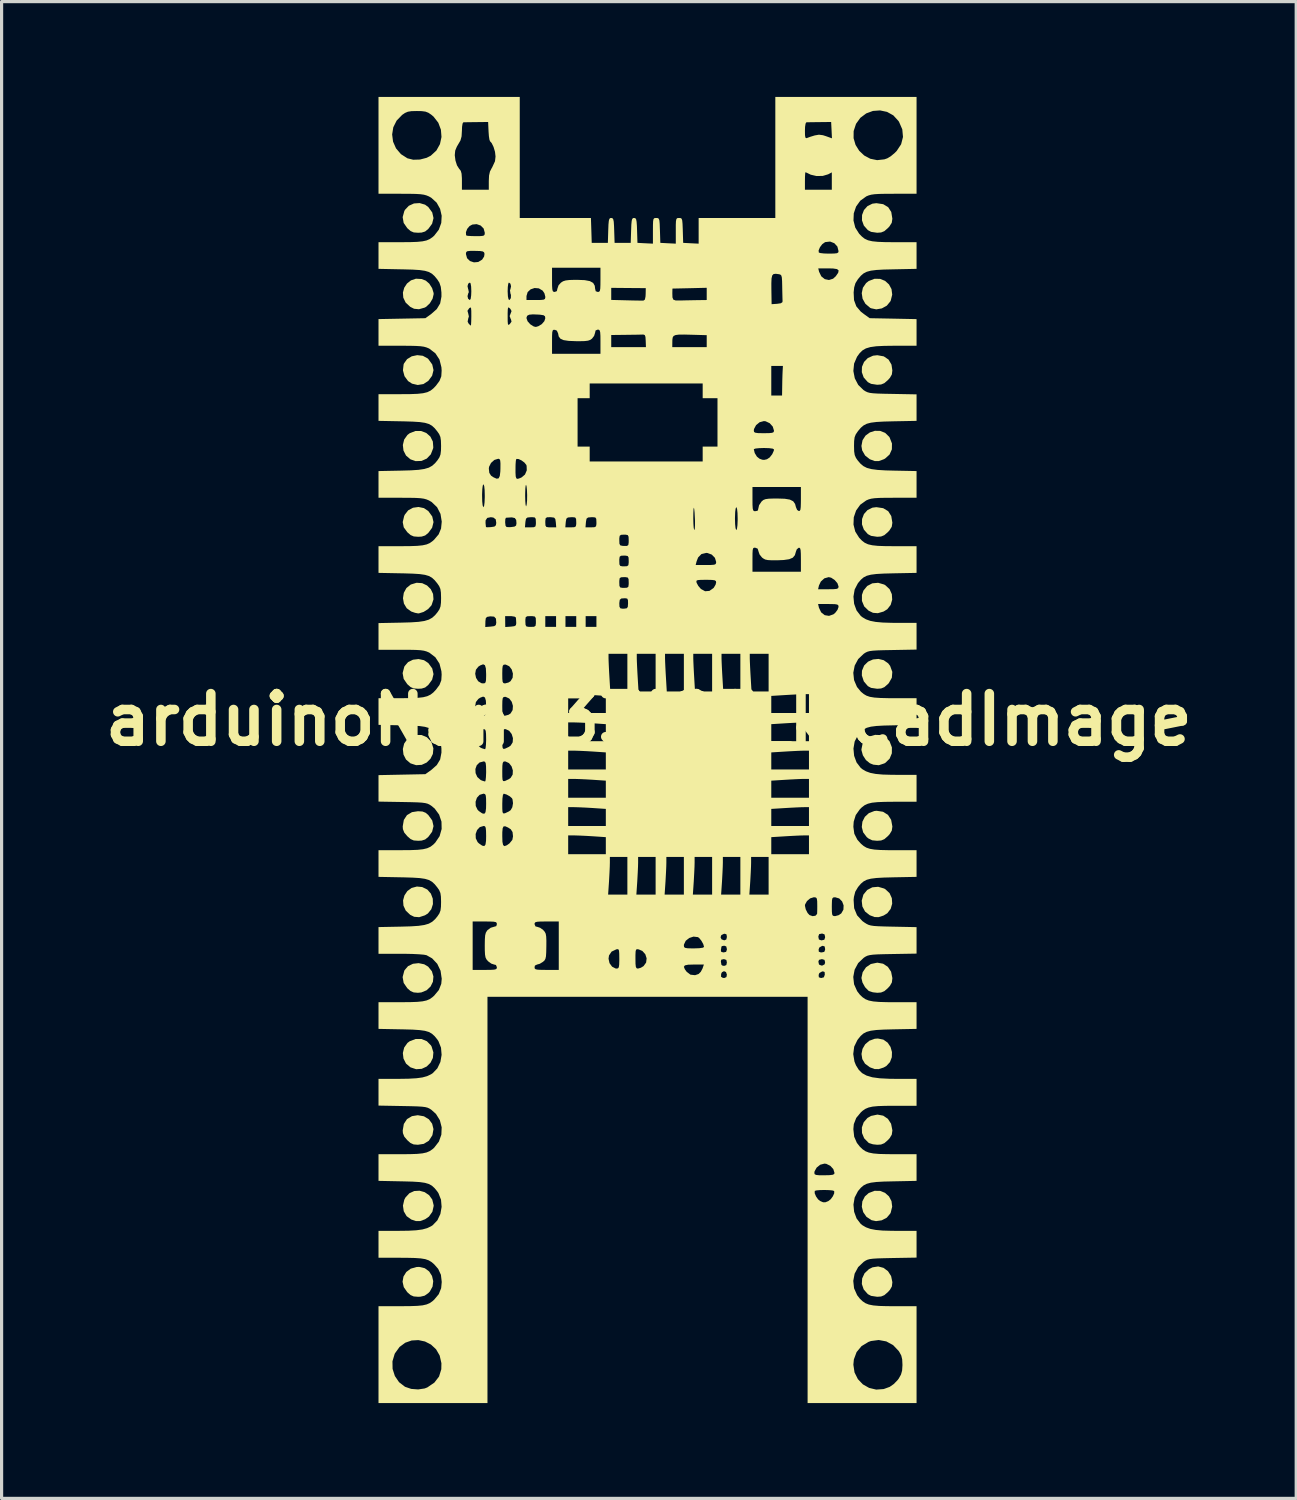
<source format=kicad_pcb>
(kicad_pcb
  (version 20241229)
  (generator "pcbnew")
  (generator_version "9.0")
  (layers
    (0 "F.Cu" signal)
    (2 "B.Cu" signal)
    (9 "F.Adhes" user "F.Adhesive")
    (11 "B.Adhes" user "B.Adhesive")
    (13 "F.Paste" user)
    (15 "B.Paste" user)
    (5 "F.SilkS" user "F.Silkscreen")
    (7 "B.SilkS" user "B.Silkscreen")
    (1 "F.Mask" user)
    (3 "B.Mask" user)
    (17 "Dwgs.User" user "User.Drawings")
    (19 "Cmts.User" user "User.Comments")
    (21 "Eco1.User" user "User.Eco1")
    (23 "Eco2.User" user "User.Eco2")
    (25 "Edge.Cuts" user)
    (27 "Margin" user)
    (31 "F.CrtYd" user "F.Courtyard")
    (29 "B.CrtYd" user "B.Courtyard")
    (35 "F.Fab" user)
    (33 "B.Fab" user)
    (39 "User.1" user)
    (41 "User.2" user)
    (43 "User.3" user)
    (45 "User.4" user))
  (footprint "arduinoNano33IOT_kicadImage"
    (layer "F.Cu")
    (at 17.371 19.6)
    (property "Reference" "arduinoNano33IOT_kicadImage" (at 0 0 0) (layer "F.SilkS") (effects (font (size 1.5 1.5) (thickness 0.3))))
    (attr board_only exclude_from_pos_files exclude_from_bom)
    (fp_poly (pts (xy -7.165 -9.085) (xy -7.004 -9.023) (xy -6.877 -8.91) (xy -6.799 -8.755) (xy -6.785 -8.57) (xy -6.791 -8.536) (xy -6.863 -8.351) (xy -6.99 -8.218) (xy -7.155 -8.144) (xy -7.34 -8.138) (xy -7.503 -8.194) (xy -7.643 -8.313) (xy -7.723 -8.47) (xy -7.743 -8.645) (xy -7.702 -8.816) (xy -7.599 -8.961) (xy -7.526 -9.017) (xy -7.344 -9.087)) (stroke (width 0) (type solid)) (fill yes) (layer "F.SilkS"))
    (fp_poly (pts (xy -7.155 0.482) (xy -6.988 0.551) (xy -6.859 0.682) (xy -6.838 0.718) (xy -6.782 0.902) (xy -6.798 1.077) (xy -6.874 1.23) (xy -6.995 1.349) (xy -7.149 1.42) (xy -7.324 1.431) (xy -7.503 1.373) (xy -7.643 1.254) (xy -7.723 1.097) (xy -7.743 0.922) (xy -7.702 0.752) (xy -7.599 0.606) (xy -7.526 0.551) (xy -7.341 0.48)) (stroke (width 0) (type solid)) (fill yes) (layer "F.SilkS"))
    (fp_poly (pts (xy -7.155 10.049) (xy -6.988 10.118) (xy -6.859 10.249) (xy -6.838 10.286) (xy -6.782 10.47) (xy -6.798 10.645) (xy -6.874 10.798) (xy -6.995 10.916) (xy -7.149 10.987) (xy -7.324 10.999) (xy -7.503 10.94) (xy -7.643 10.822) (xy -7.723 10.664) (xy -7.743 10.49) (xy -7.702 10.319) (xy -7.599 10.173) (xy -7.526 10.118) (xy -7.341 10.048)) (stroke (width 0) (type solid)) (fill yes) (layer "F.SilkS"))
    (fp_poly (pts (xy -7.135 5.266) (xy -6.973 5.345) (xy -6.861 5.473) (xy -6.801 5.632) (xy -6.796 5.802) (xy -6.847 5.964) (xy -6.955 6.098) (xy -7.048 6.156) (xy -7.229 6.215) (xy -7.387 6.202) (xy -7.511 6.141) (xy -7.652 6.007) (xy -7.724 5.851) (xy -7.736 5.686) (xy -7.692 5.528) (xy -7.601 5.392) (xy -7.468 5.295) (xy -7.301 5.25)) (stroke (width 0) (type solid)) (fill yes) (layer "F.SilkS"))
    (fp_poly (pts (xy -7.115 -11.453) (xy -6.963 -11.371) (xy -6.942 -11.351) (xy -6.818 -11.18) (xy -6.778 -11.002) (xy -6.822 -10.825) (xy -6.942 -10.663) (xy -7.096 -10.563) (xy -7.275 -10.534) (xy -7.454 -10.576) (xy -7.578 -10.657) (xy -7.691 -10.811) (xy -7.74 -10.995) (xy -7.719 -11.181) (xy -7.708 -11.21) (xy -7.61 -11.347) (xy -7.462 -11.437) (xy -7.29 -11.473)) (stroke (width 0) (type solid)) (fill yes) (layer "F.SilkS"))
    (fp_poly (pts (xy 7.276 14.828) (xy 7.432 14.89) (xy 7.556 15.002) (xy 7.635 15.151) (xy 7.657 15.325) (xy 7.61 15.513) (xy 7.596 15.542) (xy 7.485 15.673) (xy 7.326 15.755) (xy 7.148 15.78) (xy 7.006 15.75) (xy 6.847 15.644) (xy 6.745 15.497) (xy 6.701 15.328) (xy 6.718 15.157) (xy 6.798 15.002) (xy 6.918 14.896) (xy 7.101 14.826)) (stroke (width 0) (type solid)) (fill yes) (layer "F.SilkS"))
    (fp_poly (pts (xy 7.402 -4.255) (xy 7.441 -4.233) (xy 7.575 -4.109) (xy 7.646 -3.95) (xy 7.657 -3.778) (xy 7.609 -3.613) (xy 7.503 -3.477) (xy 7.386 -3.404) (xy 7.206 -3.352) (xy 7.053 -3.364) (xy 6.914 -3.432) (xy 6.776 -3.566) (xy 6.705 -3.738) (xy 6.705 -3.928) (xy 6.753 -4.065) (xy 6.871 -4.209) (xy 7.031 -4.292) (xy 7.215 -4.309)) (stroke (width 0) (type solid)) (fill yes) (layer "F.SilkS"))
    (fp_poly (pts (xy -7.079 -6.659) (xy -6.942 -6.567) (xy -6.818 -6.396) (xy -6.778 -6.219) (xy -6.822 -6.041) (xy -6.942 -5.879) (xy -7.041 -5.798) (xy -7.151 -5.763) (xy -7.261 -5.757) (xy -7.399 -5.768) (xy -7.499 -5.811) (xy -7.603 -5.901) (xy -7.715 -6.055) (xy -7.747 -6.22) (xy -7.702 -6.409) (xy -7.681 -6.454) (xy -7.575 -6.589) (xy -7.423 -6.671) (xy -7.25 -6.695)) (stroke (width 0) (type solid)) (fill yes) (layer "F.SilkS"))
    (fp_poly (pts (xy -7.079 12.481) (xy -6.924 12.575) (xy -6.821 12.715) (xy -6.779 12.885) (xy -6.812 13.071) (xy -6.817 13.083) (xy -6.925 13.25) (xy -7.084 13.348) (xy -7.27 13.377) (xy -7.404 13.366) (xy -7.505 13.32) (xy -7.603 13.233) (xy -7.699 13.119) (xy -7.741 13.01) (xy -7.747 12.925) (xy -7.712 12.722) (xy -7.612 12.569) (xy -7.455 12.476) (xy -7.274 12.447)) (stroke (width 0) (type solid)) (fill yes) (layer "F.SilkS"))
    (fp_poly (pts (xy -7.078 -1.873) (xy -6.942 -1.783) (xy -6.818 -1.613) (xy -6.778 -1.435) (xy -6.822 -1.258) (xy -6.942 -1.095) (xy -7.041 -1.014) (xy -7.151 -0.98) (xy -7.261 -0.974) (xy -7.399 -0.984) (xy -7.499 -1.027) (xy -7.603 -1.118) (xy -7.717 -1.284) (xy -7.75 -1.467) (xy -7.699 -1.662) (xy -7.687 -1.687) (xy -7.578 -1.813) (xy -7.424 -1.888) (xy -7.249 -1.909)) (stroke (width 0) (type solid)) (fill yes) (layer "F.SilkS"))
    (fp_poly (pts (xy -7.071 7.697) (xy -6.947 7.771) (xy -6.829 7.917) (xy -6.781 8.081) (xy -6.796 8.246) (xy -6.87 8.396) (xy -6.994 8.514) (xy -7.162 8.583) (xy -7.27 8.594) (xy -7.404 8.582) (xy -7.505 8.536) (xy -7.603 8.45) (xy -7.717 8.284) (xy -7.75 8.1) (xy -7.699 7.905) (xy -7.687 7.88) (xy -7.579 7.755) (xy -7.424 7.681) (xy -7.247 7.661)) (stroke (width 0) (type solid)) (fill yes) (layer "F.SilkS"))
    (fp_poly (pts (xy -7.057 14.868) (xy -6.917 14.963) (xy -6.817 15.102) (xy -6.774 15.279) (xy -6.773 15.303) (xy -6.813 15.484) (xy -6.921 15.637) (xy -7.042 15.721) (xy -7.197 15.778) (xy -7.331 15.778) (xy -7.48 15.728) (xy -7.625 15.623) (xy -7.714 15.471) (xy -7.74 15.293) (xy -7.698 15.108) (xy -7.662 15.038) (xy -7.538 14.903) (xy -7.385 14.833) (xy -7.218 14.823)) (stroke (width 0) (type solid)) (fill yes) (layer "F.SilkS"))
    (fp_poly (pts (xy -7.044 -16.209) (xy -6.942 -16.134) (xy -6.818 -15.964) (xy -6.778 -15.786) (xy -6.822 -15.609) (xy -6.942 -15.446) (xy -7.041 -15.365) (xy -7.151 -15.331) (xy -7.261 -15.325) (xy -7.399 -15.335) (xy -7.499 -15.378) (xy -7.603 -15.469) (xy -7.717 -15.634) (xy -7.749 -15.816) (xy -7.698 -16.004) (xy -7.677 -16.045) (xy -7.555 -16.174) (xy -7.393 -16.247) (xy -7.215 -16.259)) (stroke (width 0) (type solid)) (fill yes) (layer "F.SilkS"))
    (fp_poly (pts (xy 7.276 -13.874) (xy 7.432 -13.811) (xy 7.556 -13.699) (xy 7.636 -13.551) (xy 7.658 -13.377) (xy 7.611 -13.19) (xy 7.598 -13.164) (xy 7.487 -13.03) (xy 7.331 -12.944) (xy 7.156 -12.914) (xy 6.991 -12.949) (xy 6.964 -12.962) (xy 6.814 -13.089) (xy 6.725 -13.249) (xy 6.699 -13.424) (xy 6.735 -13.595) (xy 6.836 -13.742) (xy 6.918 -13.806) (xy 7.1 -13.876)) (stroke (width 0) (type solid)) (fill yes) (layer "F.SilkS"))
    (fp_poly (pts (xy 7.39 -1.873) (xy 7.532 -1.773) (xy 7.592 -1.694) (xy 7.661 -1.505) (xy 7.646 -1.321) (xy 7.55 -1.151) (xy 7.518 -1.118) (xy 7.41 -1.024) (xy 7.308 -0.983) (xy 7.185 -0.974) (xy 6.993 -1.002) (xy 6.891 -1.057) (xy 6.764 -1.207) (xy 6.702 -1.393) (xy 6.706 -1.542) (xy 6.775 -1.707) (xy 6.897 -1.827) (xy 7.053 -1.896) (xy 7.224 -1.913)) (stroke (width 0) (type solid)) (fill yes) (layer "F.SilkS"))
    (fp_poly (pts (xy 7.392 -11.435) (xy 7.543 -11.333) (xy 7.635 -11.175) (xy 7.662 -10.993) (xy 7.647 -10.867) (xy 7.587 -10.761) (xy 7.518 -10.685) (xy 7.41 -10.592) (xy 7.308 -10.55) (xy 7.185 -10.541) (xy 6.993 -10.57) (xy 6.891 -10.624) (xy 6.76 -10.771) (xy 6.701 -10.937) (xy 6.706 -11.105) (xy 6.771 -11.259) (xy 6.889 -11.381) (xy 7.055 -11.456) (xy 7.189 -11.471)) (stroke (width 0) (type solid)) (fill yes) (layer "F.SilkS"))
    (fp_poly (pts (xy -7.154 -13.869) (xy -7.022 -13.819) (xy -6.912 -13.724) (xy -6.822 -13.583) (xy -6.776 -13.432) (xy -6.773 -13.396) (xy -6.807 -13.25) (xy -6.894 -13.104) (xy -7.009 -12.995) (xy -7.054 -12.97) (xy -7.236 -12.918) (xy -7.39 -12.933) (xy -7.511 -12.994) (xy -7.655 -13.128) (xy -7.729 -13.282) (xy -7.741 -13.442) (xy -7.699 -13.596) (xy -7.612 -13.728) (xy -7.487 -13.827) (xy -7.331 -13.879)) (stroke (width 0) (type solid)) (fill yes) (layer "F.SilkS"))
    (fp_poly (pts (xy -7.125 2.889) (xy -7.025 2.929) (xy -6.942 3) (xy -6.818 3.171) (xy -6.778 3.349) (xy -6.822 3.526) (xy -6.942 3.688) (xy -7.041 3.769) (xy -7.151 3.804) (xy -7.261 3.81) (xy -7.399 3.8) (xy -7.499 3.757) (xy -7.603 3.666) (xy -7.699 3.552) (xy -7.741 3.443) (xy -7.747 3.358) (xy -7.712 3.154) (xy -7.613 3.002) (xy -7.455 2.909) (xy -7.267 2.88)) (stroke (width 0) (type solid)) (fill yes) (layer "F.SilkS"))
    (fp_poly (pts (xy -7.052 17.262) (xy -6.916 17.363) (xy -6.825 17.505) (xy -6.787 17.67) (xy -6.808 17.84) (xy -6.894 17.996) (xy -6.941 18.045) (xy -7.057 18.126) (xy -7.188 18.158) (xy -7.265 18.161) (xy -7.401 18.15) (xy -7.502 18.106) (xy -7.603 18.017) (xy -7.714 17.857) (xy -7.752 17.687) (xy -7.723 17.523) (xy -7.635 17.381) (xy -7.495 17.276) (xy -7.311 17.224) (xy -7.228 17.221)) (stroke (width 0) (type solid)) (fill yes) (layer "F.SilkS"))
    (fp_poly (pts (xy 7.28 -9.089) (xy 7.436 -9.027) (xy 7.565 -8.901) (xy 7.577 -8.88) (xy 7.65 -8.693) (xy 7.647 -8.508) (xy 7.574 -8.345) (xy 7.434 -8.219) (xy 7.393 -8.197) (xy 7.239 -8.14) (xy 7.108 -8.14) (xy 6.958 -8.195) (xy 6.951 -8.199) (xy 6.805 -8.314) (xy 6.712 -8.476) (xy 6.689 -8.615) (xy 6.724 -8.797) (xy 6.818 -8.941) (xy 6.954 -9.041) (xy 7.113 -9.092)) (stroke (width 0) (type solid)) (fill yes) (layer "F.SilkS"))
    (fp_poly (pts (xy 7.288 0.483) (xy 7.444 0.547) (xy 7.57 0.674) (xy 7.577 0.687) (xy 7.648 0.871) (xy 7.646 1.058) (xy 7.577 1.225) (xy 7.446 1.354) (xy 7.41 1.375) (xy 7.237 1.432) (xy 7.066 1.415) (xy 6.956 1.371) (xy 6.831 1.27) (xy 6.735 1.121) (xy 6.69 0.959) (xy 6.689 0.933) (xy 6.725 0.757) (xy 6.821 0.619) (xy 6.958 0.524) (xy 7.12 0.477)) (stroke (width 0) (type solid)) (fill yes) (layer "F.SilkS"))
    (fp_poly (pts (xy 7.374 -16.224) (xy 7.531 -16.13) (xy 7.628 -15.978) (xy 7.662 -15.769) (xy 7.662 -15.763) (xy 7.643 -15.639) (xy 7.572 -15.526) (xy 7.518 -15.469) (xy 7.41 -15.375) (xy 7.308 -15.334) (xy 7.185 -15.325) (xy 6.993 -15.353) (xy 6.891 -15.408) (xy 6.765 -15.551) (xy 6.706 -15.716) (xy 6.709 -15.884) (xy 6.768 -16.039) (xy 6.879 -16.163) (xy 7.034 -16.24) (xy 7.16 -16.256)) (stroke (width 0) (type solid)) (fill yes) (layer "F.SilkS"))
    (fp_poly (pts (xy 7.374 -6.657) (xy 7.531 -6.563) (xy 7.628 -6.41) (xy 7.662 -6.202) (xy 7.662 -6.196) (xy 7.643 -6.072) (xy 7.572 -5.959) (xy 7.518 -5.901) (xy 7.41 -5.808) (xy 7.308 -5.766) (xy 7.185 -5.757) (xy 6.993 -5.786) (xy 6.891 -5.841) (xy 6.765 -5.984) (xy 6.706 -6.148) (xy 6.709 -6.317) (xy 6.768 -6.472) (xy 6.879 -6.596) (xy 7.034 -6.673) (xy 7.16 -6.689)) (stroke (width 0) (type solid)) (fill yes) (layer "F.SilkS"))
    (fp_poly (pts (xy 7.38 10.068) (xy 7.514 10.163) (xy 7.605 10.298) (xy 7.65 10.458) (xy 7.645 10.622) (xy 7.587 10.775) (xy 7.473 10.898) (xy 7.386 10.947) (xy 7.232 10.996) (xy 7.104 10.994) (xy 6.959 10.94) (xy 6.951 10.936) (xy 6.801 10.824) (xy 6.716 10.68) (xy 6.691 10.519) (xy 6.723 10.359) (xy 6.806 10.216) (xy 6.936 10.104) (xy 7.108 10.041) (xy 7.206 10.033)) (stroke (width 0) (type solid)) (fill yes) (layer "F.SilkS"))
    (fp_poly (pts (xy 7.385 17.251) (xy 7.525 17.356) (xy 7.623 17.509) (xy 7.662 17.698) (xy 7.662 17.709) (xy 7.647 17.835) (xy 7.587 17.941) (xy 7.518 18.017) (xy 7.41 18.11) (xy 7.308 18.152) (xy 7.185 18.161) (xy 6.993 18.132) (xy 6.891 18.078) (xy 6.76 17.929) (xy 6.702 17.759) (xy 6.712 17.584) (xy 6.787 17.422) (xy 6.925 17.291) (xy 7.038 17.234) (xy 7.217 17.206)) (stroke (width 0) (type solid)) (fill yes) (layer "F.SilkS"))
    (fp_poly (pts (xy 7.402 5.312) (xy 7.441 5.334) (xy 7.575 5.459) (xy 7.646 5.617) (xy 7.657 5.789) (xy 7.609 5.954) (xy 7.503 6.091) (xy 7.386 6.163) (xy 7.232 6.213) (xy 7.104 6.211) (xy 6.959 6.156) (xy 6.948 6.151) (xy 6.803 6.036) (xy 6.718 5.877) (xy 6.698 5.694) (xy 6.75 5.508) (xy 6.753 5.502) (xy 6.871 5.358) (xy 7.031 5.275) (xy 7.215 5.258)) (stroke (width 0) (type solid)) (fill yes) (layer "F.SilkS"))
    (fp_poly (pts (xy -7.135 -4.297) (xy -6.982 -4.225) (xy -6.864 -4.108) (xy -6.792 -3.958) (xy -6.779 -3.788) (xy -6.837 -3.61) (xy -6.846 -3.595) (xy -6.948 -3.482) (xy -7.09 -3.392) (xy -7.235 -3.347) (xy -7.267 -3.346) (xy -7.359 -3.364) (xy -7.475 -3.404) (xy -7.48 -3.406) (xy -7.622 -3.509) (xy -7.709 -3.655) (xy -7.739 -3.823) (xy -7.713 -3.993) (xy -7.63 -4.145) (xy -7.494 -4.254) (xy -7.31 -4.31)) (stroke (width 0) (type solid)) (fill yes) (layer "F.SilkS"))
    (fp_poly (pts (xy 7.368 2.897) (xy 7.524 2.994) (xy 7.624 3.151) (xy 7.662 3.357) (xy 7.662 3.368) (xy 7.644 3.491) (xy 7.577 3.602) (xy 7.518 3.666) (xy 7.411 3.759) (xy 7.309 3.801) (xy 7.18 3.81) (xy 7.028 3.795) (xy 6.911 3.738) (xy 6.856 3.694) (xy 6.743 3.544) (xy 6.7 3.377) (xy 6.72 3.208) (xy 6.797 3.056) (xy 6.924 2.939) (xy 7.094 2.874) (xy 7.168 2.866)) (stroke (width 0) (type solid)) (fill yes) (layer "F.SilkS"))
    (fp_poly (pts (xy 7.374 12.461) (xy 7.521 12.56) (xy 7.622 12.715) (xy 7.662 12.917) (xy 7.662 12.935) (xy 7.644 13.059) (xy 7.577 13.17) (xy 7.518 13.233) (xy 7.41 13.327) (xy 7.306 13.369) (xy 7.189 13.377) (xy 7.05 13.362) (xy 6.933 13.325) (xy 6.91 13.311) (xy 6.775 13.173) (xy 6.707 13.007) (xy 6.703 12.832) (xy 6.761 12.668) (xy 6.879 12.533) (xy 6.993 12.469) (xy 7.193 12.427)) (stroke (width 0) (type solid)) (fill yes) (layer "F.SilkS"))
    (fp_poly (pts (xy 7.37 7.679) (xy 7.52 7.777) (xy 7.622 7.93) (xy 7.662 8.128) (xy 7.662 8.142) (xy 7.647 8.267) (xy 7.587 8.374) (xy 7.518 8.45) (xy 7.41 8.543) (xy 7.306 8.585) (xy 7.189 8.594) (xy 7.05 8.579) (xy 6.933 8.541) (xy 6.91 8.528) (xy 6.803 8.417) (xy 6.722 8.271) (xy 6.689 8.129) (xy 6.689 8.126) (xy 6.728 7.947) (xy 6.833 7.792) (xy 6.985 7.688) (xy 6.987 7.688) (xy 7.188 7.646)) (stroke (width 0) (type solid)) (fill yes) (layer "F.SilkS"))
    (fp_poly (pts (xy -4.064 -17.695) (xy -4.064 -15.79) (xy -2.944 -15.79) (xy -1.824 -15.79) (xy -1.811 -15.399) (xy -1.799 -15.007) (xy -1.545 -15.007) (xy -1.291 -15.007) (xy -1.279 -15.399) (xy -1.272 -15.583) (xy -1.261 -15.699) (xy -1.244 -15.761) (xy -1.215 -15.787) (xy -1.185 -15.79) (xy -1.147 -15.783) (xy -1.122 -15.749) (xy -1.106 -15.674) (xy -1.097 -15.542) (xy -1.092 -15.399) (xy -1.079 -15.007) (xy -0.826 -15.007) (xy -0.572 -15.007) (xy -0.559 -15.399) (xy -0.552 -15.583) (xy -0.541 -15.699) (xy -0.524 -15.761) (xy -0.496 -15.787) (xy -0.466 -15.79) (xy -0.427 -15.783) (xy -0.402 -15.749) (xy -0.387 -15.674) (xy -0.377 -15.542) (xy -0.372 -15.399) (xy -0.36 -15.007) (xy -0.116 -14.994) (xy 0.127 -14.982) (xy 0.127 -15.386) (xy 0.128 -15.573) (xy 0.133 -15.691) (xy 0.146 -15.756) (xy 0.172 -15.784) (xy 0.214 -15.79) (xy 0.231 -15.79) (xy 0.28 -15.787) (xy 0.311 -15.766) (xy 0.33 -15.711) (xy 0.34 -15.607) (xy 0.346 -15.436) (xy 0.348 -15.399) (xy 0.36 -15.007) (xy 0.603 -14.994) (xy 0.847 -14.982) (xy 0.847 -15.386) (xy 0.847 -15.573) (xy 0.852 -15.691) (xy 0.866 -15.756) (xy 0.891 -15.784) (xy 0.934 -15.79) (xy 0.951 -15.79) (xy 1 -15.787) (xy 1.031 -15.766) (xy 1.049 -15.711) (xy 1.059 -15.607) (xy 1.066 -15.436) (xy 1.067 -15.399) (xy 1.079 -15.007) (xy 1.323 -14.994) (xy 1.566 -14.982) (xy 1.566 -15.386) (xy 1.566 -15.79) (xy 2.773 -15.79) (xy 3.979 -15.79) (xy 3.979 -16.954) (xy 4.911 -16.954) (xy 4.911 -16.679) (xy 5.334 -16.679) (xy 5.757 -16.679) (xy 5.757 -16.952) (xy 5.757 -17.225) (xy 5.641 -17.164) (xy 5.472 -17.114) (xy 5.275 -17.11) (xy 5.095 -17.152) (xy 5.065 -17.166) (xy 4.976 -17.21) (xy 4.928 -17.23) (xy 4.927 -17.23) (xy 4.919 -17.191) (xy 4.913 -17.09) (xy 4.911 -16.954) (xy 3.979 -16.954) (xy 3.979 -17.695) (xy 3.979 -18.537) (xy 4.911 -18.537) (xy 4.913 -18.396) (xy 4.925 -18.323) (xy 4.95 -18.301) (xy 4.985 -18.31) (xy 5.074 -18.343) (xy 5.197 -18.381) (xy 5.22 -18.388) (xy 5.351 -18.411) (xy 5.477 -18.395) (xy 5.571 -18.365) (xy 5.761 -18.297) (xy 5.761 -18.301) (xy 6.442 -18.301) (xy 6.504 -18.09) (xy 6.619 -17.905) (xy 6.777 -17.756) (xy 6.968 -17.654) (xy 7.183 -17.61) (xy 7.411 -17.635) (xy 7.505 -17.668) (xy 7.613 -17.733) (xy 7.736 -17.836) (xy 7.798 -17.898) (xy 7.938 -18.11) (xy 7.997 -18.34) (xy 7.975 -18.579) (xy 7.872 -18.816) (xy 7.854 -18.843) (xy 7.693 -19.019) (xy 7.495 -19.129) (xy 7.276 -19.175) (xy 7.052 -19.159) (xy 6.84 -19.081) (xy 6.656 -18.943) (xy 6.519 -18.753) (xy 6.444 -18.525) (xy 6.442 -18.301) (xy 5.761 -18.301) (xy 5.749 -18.554) (xy 5.736 -18.811) (xy 5.366 -18.807) (xy 5.194 -18.805) (xy 5.054 -18.803) (xy 4.967 -18.801) (xy 4.953 -18.8) (xy 4.931 -18.759) (xy 4.915 -18.657) (xy 4.911 -18.537) (xy 3.979 -18.537) (xy 3.979 -19.6) (xy 6.202 -19.6) (xy 8.424 -19.6) (xy 8.424 -18.076) (xy 8.424 -16.552) (xy 7.718 -16.552) (xy 7.449 -16.551) (xy 7.249 -16.547) (xy 7.104 -16.538) (xy 6.997 -16.523) (xy 6.915 -16.5) (xy 6.84 -16.469) (xy 6.84 -16.468) (xy 6.652 -16.333) (xy 6.521 -16.15) (xy 6.448 -15.936) (xy 6.439 -15.71) (xy 6.495 -15.488) (xy 6.616 -15.296) (xy 6.704 -15.205) (xy 6.792 -15.136) (xy 6.896 -15.088) (xy 7.029 -15.057) (xy 7.205 -15.039) (xy 7.439 -15.03) (xy 7.724 -15.028) (xy 8.424 -15.028) (xy 8.424 -14.608) (xy 8.424 -14.189) (xy 7.694 -14.174) (xy 7.392 -14.167) (xy 7.161 -14.154) (xy 6.987 -14.132) (xy 6.857 -14.097) (xy 6.757 -14.046) (xy 6.673 -13.974) (xy 6.591 -13.878) (xy 6.576 -13.859) (xy 6.501 -13.739) (xy 6.461 -13.605) (xy 6.444 -13.446) (xy 6.456 -13.204) (xy 6.528 -13.009) (xy 6.669 -12.843) (xy 6.771 -12.764) (xy 6.95 -12.636) (xy 7.687 -12.622) (xy 8.424 -12.607) (xy 8.424 -12.188) (xy 8.424 -11.769) (xy 7.718 -11.769) (xy 7.402 -11.765) (xy 7.157 -11.753) (xy 6.97 -11.727) (xy 6.829 -11.685) (xy 6.72 -11.621) (xy 6.631 -11.533) (xy 6.551 -11.423) (xy 6.458 -11.207) (xy 6.435 -10.974) (xy 6.48 -10.744) (xy 6.588 -10.537) (xy 6.755 -10.374) (xy 6.759 -10.372) (xy 6.819 -10.334) (xy 6.879 -10.306) (xy 6.953 -10.286) (xy 7.056 -10.273) (xy 7.201 -10.264) (xy 7.403 -10.258) (xy 7.67 -10.253) (xy 8.424 -10.239) (xy 8.424 -9.822) (xy 8.424 -9.405) (xy 7.694 -9.391) (xy 7.392 -9.383) (xy 7.161 -9.37) (xy 6.988 -9.348) (xy 6.857 -9.314) (xy 6.757 -9.262) (xy 6.672 -9.19) (xy 6.59 -9.094) (xy 6.574 -9.073) (xy 6.51 -8.979) (xy 6.474 -8.887) (xy 6.459 -8.767) (xy 6.456 -8.615) (xy 6.46 -8.445) (xy 6.478 -8.329) (xy 6.517 -8.239) (xy 6.57 -8.162) (xy 6.658 -8.059) (xy 6.751 -7.981) (xy 6.863 -7.924) (xy 7.009 -7.886) (xy 7.2 -7.861) (xy 7.451 -7.846) (xy 7.715 -7.839) (xy 8.424 -7.825) (xy 8.424 -7.405) (xy 8.424 -6.985) (xy 7.718 -6.985) (xy 7.449 -6.984) (xy 7.249 -6.98) (xy 7.104 -6.971) (xy 6.997 -6.956) (xy 6.915 -6.933) (xy 6.84 -6.901) (xy 6.84 -6.901) (xy 6.652 -6.766) (xy 6.521 -6.583) (xy 6.448 -6.369) (xy 6.439 -6.142) (xy 6.495 -5.921) (xy 6.616 -5.729) (xy 6.704 -5.637) (xy 6.792 -5.569) (xy 6.896 -5.521) (xy 7.029 -5.49) (xy 7.205 -5.471) (xy 7.439 -5.463) (xy 7.724 -5.461) (xy 8.424 -5.461) (xy 8.424 -5.041) (xy 8.424 -4.621) (xy 7.694 -4.607) (xy 7.392 -4.599) (xy 7.161 -4.586) (xy 6.987 -4.564) (xy 6.857 -4.53) (xy 6.757 -4.479) (xy 6.673 -4.407) (xy 6.591 -4.311) (xy 6.577 -4.293) (xy 6.476 -4.098) (xy 6.438 -3.875) (xy 6.459 -3.648) (xy 6.536 -3.438) (xy 6.667 -3.268) (xy 6.719 -3.226) (xy 6.833 -3.159) (xy 6.967 -3.111) (xy 7.137 -3.078) (xy 7.356 -3.058) (xy 7.639 -3.049) (xy 7.8 -3.048) (xy 8.424 -3.048) (xy 8.424 -2.627) (xy 8.424 -2.207) (xy 7.67 -2.193) (xy 7.398 -2.188) (xy 7.198 -2.182) (xy 7.053 -2.173) (xy 6.952 -2.16) (xy 6.878 -2.14) (xy 6.819 -2.112) (xy 6.762 -2.075) (xy 6.587 -1.908) (xy 6.477 -1.703) (xy 6.433 -1.477) (xy 6.457 -1.247) (xy 6.549 -1.031) (xy 6.673 -0.881) (xy 6.758 -0.81) (xy 6.847 -0.757) (xy 6.955 -0.72) (xy 7.096 -0.697) (xy 7.284 -0.684) (xy 7.533 -0.678) (xy 7.729 -0.677) (xy 8.424 -0.677) (xy 8.424 -0.257) (xy 8.424 0.162) (xy 7.694 0.177) (xy 7.392 0.184) (xy 7.161 0.197) (xy 6.987 0.219) (xy 6.857 0.254) (xy 6.757 0.305) (xy 6.673 0.376) (xy 6.591 0.472) (xy 6.577 0.491) (xy 6.476 0.686) (xy 6.438 0.908) (xy 6.459 1.135) (xy 6.536 1.345) (xy 6.667 1.516) (xy 6.719 1.558) (xy 6.833 1.624) (xy 6.967 1.673) (xy 7.137 1.706) (xy 7.356 1.726) (xy 7.639 1.734) (xy 7.8 1.735) (xy 8.424 1.736) (xy 8.424 2.159) (xy 8.424 2.582) (xy 7.724 2.582) (xy 7.424 2.585) (xy 7.194 2.594) (xy 7.021 2.612) (xy 6.891 2.644) (xy 6.789 2.691) (xy 6.702 2.757) (xy 6.638 2.821) (xy 6.51 3.001) (xy 6.446 3.208) (xy 6.435 3.37) (xy 6.465 3.589) (xy 6.561 3.777) (xy 6.674 3.903) (xy 6.758 3.974) (xy 6.847 4.027) (xy 6.955 4.063) (xy 7.096 4.087) (xy 7.284 4.1) (xy 7.534 4.106) (xy 7.729 4.106) (xy 8.424 4.106) (xy 8.424 4.526) (xy 8.424 4.946) (xy 7.694 4.96) (xy 7.392 4.968) (xy 7.161 4.981) (xy 6.987 5.003) (xy 6.857 5.037) (xy 6.757 5.089) (xy 6.673 5.16) (xy 6.591 5.256) (xy 6.577 5.275) (xy 6.495 5.413) (xy 6.453 5.577) (xy 6.443 5.67) (xy 6.46 5.932) (xy 6.551 6.154) (xy 6.717 6.335) (xy 6.782 6.382) (xy 6.848 6.424) (xy 6.911 6.455) (xy 6.984 6.476) (xy 7.083 6.491) (xy 7.223 6.5) (xy 7.417 6.507) (xy 7.68 6.513) (xy 7.691 6.513) (xy 8.424 6.528) (xy 8.424 6.944) (xy 8.424 7.361) (xy 7.67 7.374) (xy 7.398 7.379) (xy 7.198 7.385) (xy 7.053 7.394) (xy 6.952 7.408) (xy 6.878 7.427) (xy 6.819 7.455) (xy 6.762 7.492) (xy 6.586 7.66) (xy 6.475 7.867) (xy 6.432 8.094) (xy 6.457 8.326) (xy 6.554 8.543) (xy 6.638 8.652) (xy 6.724 8.734) (xy 6.813 8.795) (xy 6.921 8.838) (xy 7.061 8.866) (xy 7.247 8.882) (xy 7.493 8.889) (xy 7.724 8.89) (xy 8.424 8.89) (xy 8.424 9.31) (xy 8.424 9.73) (xy 7.694 9.744) (xy 7.391 9.752) (xy 7.158 9.765) (xy 6.983 9.788) (xy 6.852 9.824) (xy 6.75 9.877) (xy 6.665 9.952) (xy 6.583 10.053) (xy 6.561 10.083) (xy 6.461 10.289) (xy 6.431 10.523) (xy 6.47 10.761) (xy 6.518 10.878) (xy 6.604 11.016) (xy 6.71 11.122) (xy 6.849 11.199) (xy 7.03 11.253) (xy 7.265 11.285) (xy 7.566 11.3) (xy 7.8 11.303) (xy 8.424 11.303) (xy 8.424 11.726) (xy 8.424 12.15) (xy 7.729 12.15) (xy 7.433 12.152) (xy 7.208 12.16) (xy 7.039 12.176) (xy 6.912 12.205) (xy 6.813 12.247) (xy 6.727 12.306) (xy 6.674 12.353) (xy 6.525 12.533) (xy 6.449 12.728) (xy 6.435 12.886) (xy 6.461 13.124) (xy 6.546 13.318) (xy 6.638 13.435) (xy 6.724 13.518) (xy 6.813 13.579) (xy 6.921 13.622) (xy 7.061 13.65) (xy 7.247 13.666) (xy 7.493 13.672) (xy 7.724 13.674) (xy 8.424 13.674) (xy 8.424 14.094) (xy 8.424 14.513) (xy 7.694 14.528) (xy 7.392 14.535) (xy 7.161 14.548) (xy 6.987 14.57) (xy 6.857 14.605) (xy 6.757 14.656) (xy 6.673 14.727) (xy 6.591 14.823) (xy 6.577 14.842) (xy 6.476 15.037) (xy 6.438 15.259) (xy 6.459 15.486) (xy 6.536 15.696) (xy 6.667 15.867) (xy 6.719 15.909) (xy 6.833 15.975) (xy 6.967 16.024) (xy 7.137 16.057) (xy 7.356 16.077) (xy 7.639 16.085) (xy 7.8 16.086) (xy 8.424 16.087) (xy 8.424 16.507) (xy 8.424 16.928) (xy 7.67 16.941) (xy 7.398 16.947) (xy 7.198 16.953) (xy 7.053 16.962) (xy 6.952 16.975) (xy 6.878 16.995) (xy 6.819 17.023) (xy 6.762 17.06) (xy 6.586 17.227) (xy 6.475 17.434) (xy 6.432 17.661) (xy 6.457 17.893) (xy 6.554 18.111) (xy 6.638 18.219) (xy 6.724 18.301) (xy 6.813 18.362) (xy 6.921 18.405) (xy 7.061 18.433) (xy 7.247 18.449) (xy 7.493 18.456) (xy 7.724 18.457) (xy 8.424 18.457) (xy 8.424 19.981) (xy 8.424 21.505) (xy 6.71 21.505) (xy 4.995 21.505) (xy 4.995 20.299) (xy 6.435 20.299) (xy 6.472 20.543) (xy 6.577 20.752) (xy 6.734 20.917) (xy 6.931 21.029) (xy 7.154 21.082) (xy 7.389 21.065) (xy 7.579 20.996) (xy 7.708 20.906) (xy 7.829 20.781) (xy 7.863 20.735) (xy 7.934 20.609) (xy 7.969 20.484) (xy 7.98 20.32) (xy 7.98 20.298) (xy 7.972 20.132) (xy 7.943 20.01) (xy 7.88 19.894) (xy 7.859 19.863) (xy 7.685 19.681) (xy 7.471 19.565) (xy 7.233 19.521) (xy 6.99 19.553) (xy 6.911 19.581) (xy 6.692 19.714) (xy 6.537 19.901) (xy 6.451 20.132) (xy 6.435 20.299) (xy 4.995 20.299) (xy 4.995 15.113) (xy 4.995 14.901) (xy 5.218 14.901) (xy 5.259 15.001) (xy 5.325 15.095) (xy 5.39 15.147) (xy 5.484 15.187) (xy 5.554 15.187) (xy 5.647 15.15) (xy 5.723 15.09) (xy 5.79 14.999) (xy 5.832 14.905) (xy 5.832 14.837) (xy 5.827 14.83) (xy 5.771 14.813) (xy 5.66 14.804) (xy 5.523 14.8) (xy 5.385 14.803) (xy 5.276 14.813) (xy 5.221 14.828) (xy 5.22 14.83) (xy 5.218 14.901) (xy 4.995 14.901) (xy 4.995 14.266) (xy 5.207 14.266) (xy 5.218 14.304) (xy 5.262 14.326) (xy 5.355 14.336) (xy 5.516 14.337) (xy 5.524 14.337) (xy 5.689 14.333) (xy 5.786 14.321) (xy 5.831 14.298) (xy 5.842 14.264) (xy 5.804 14.142) (xy 5.709 14.039) (xy 5.583 13.977) (xy 5.524 13.97) (xy 5.392 14.005) (xy 5.28 14.095) (xy 5.214 14.213) (xy 5.207 14.266) (xy 4.995 14.266) (xy 4.995 8.721) (xy -0.042 8.721) (xy -5.08 8.721) (xy -5.08 15.113) (xy -5.08 21.505) (xy -6.795 21.505) (xy -8.509 21.505) (xy -8.509 20.192) (xy -8.07 20.192) (xy -8.066 20.43) (xy -7.994 20.655) (xy -7.862 20.849) (xy -7.674 20.994) (xy -7.673 20.994) (xy -7.48 21.06) (xy -7.262 21.077) (xy -7.056 21.046) (xy -6.972 21.013) (xy -6.751 20.862) (xy -6.604 20.671) (xy -6.533 20.442) (xy -6.529 20.252) (xy -6.584 20.01) (xy -6.698 19.813) (xy -6.857 19.665) (xy -7.046 19.568) (xy -7.254 19.524) (xy -7.466 19.536) (xy -7.668 19.607) (xy -7.847 19.74) (xy -7.989 19.937) (xy -8.001 19.96) (xy -8.07 20.192) (xy -8.509 20.192) (xy -8.509 19.981) (xy -8.509 18.457) (xy -7.813 18.457) (xy -7.518 18.455) (xy -7.292 18.447) (xy -7.123 18.431) (xy -6.996 18.402) (xy -6.897 18.36) (xy -6.812 18.301) (xy -6.759 18.254) (xy -6.613 18.079) (xy -6.537 17.889) (xy -6.519 17.695) (xy -6.545 17.469) (xy -6.631 17.283) (xy -6.759 17.137) (xy -6.843 17.066) (xy -6.932 17.013) (xy -7.039 16.976) (xy -7.18 16.953) (xy -7.368 16.94) (xy -7.618 16.934) (xy -7.813 16.933) (xy -8.509 16.933) (xy -8.509 16.51) (xy -8.509 16.087) (xy -7.885 16.086) (xy -7.567 16.082) (xy -7.319 16.068) (xy -7.127 16.042) (xy -6.978 16.001) (xy -6.856 15.943) (xy -6.804 15.909) (xy -6.657 15.756) (xy -6.562 15.556) (xy -6.523 15.332) (xy -6.542 15.106) (xy -6.623 14.9) (xy -6.662 14.842) (xy -6.744 14.742) (xy -6.827 14.666) (xy -6.923 14.612) (xy -7.048 14.575) (xy -7.213 14.551) (xy -7.434 14.537) (xy -7.723 14.529) (xy -7.779 14.528) (xy -8.509 14.513) (xy -8.509 14.094) (xy -8.509 13.674) (xy -7.813 13.674) (xy -7.518 13.672) (xy -7.293 13.664) (xy -7.124 13.647) (xy -6.997 13.619) (xy -6.897 13.576) (xy -6.811 13.517) (xy -6.758 13.47) (xy -6.609 13.278) (xy -6.531 13.059) (xy -6.521 12.828) (xy -6.578 12.605) (xy -6.701 12.406) (xy -6.846 12.276) (xy -6.905 12.238) (xy -6.965 12.21) (xy -7.039 12.191) (xy -7.141 12.178) (xy -7.287 12.169) (xy -7.49 12.163) (xy -7.754 12.158) (xy -8.509 12.144) (xy -8.509 11.724) (xy -8.509 11.303) (xy -7.885 11.303) (xy -7.567 11.298) (xy -7.319 11.284) (xy -7.127 11.258) (xy -6.978 11.217) (xy -6.856 11.159) (xy -6.804 11.125) (xy -6.657 10.972) (xy -6.562 10.772) (xy -6.523 10.548) (xy -6.542 10.322) (xy -6.623 10.116) (xy -6.662 10.058) (xy -6.744 9.958) (xy -6.827 9.883) (xy -6.923 9.828) (xy -7.048 9.791) (xy -7.213 9.768) (xy -7.434 9.753) (xy -7.723 9.745) (xy -7.779 9.744) (xy -8.509 9.73) (xy -8.509 9.31) (xy -8.509 8.89) (xy -7.813 8.89) (xy -7.518 8.888) (xy -7.292 8.88) (xy -7.123 8.863) (xy -6.996 8.835) (xy -6.897 8.793) (xy -6.812 8.733) (xy -6.759 8.686) (xy -6.61 8.507) (xy -6.534 8.313) (xy -6.519 8.15) (xy -6.529 8.088) (xy 2.27 8.088) (xy 2.328 8.125) (xy 2.378 8.128) (xy 2.44 8.099) (xy 2.453 8.033) (xy 5.342 8.033) (xy 5.349 8.106) (xy 5.413 8.128) (xy 5.428 8.128) (xy 5.506 8.107) (xy 5.535 8.028) (xy 5.536 8.019) (xy 5.531 7.94) (xy 5.481 7.921) (xy 5.45 7.924) (xy 5.365 7.972) (xy 5.342 8.033) (xy 2.453 8.033) (xy 2.455 8.022) (xy 2.427 7.941) (xy 2.364 7.914) (xy 2.3 7.946) (xy 2.274 7.999) (xy 2.27 8.088) (xy -6.529 8.088) (xy -6.556 7.9) (xy -6.66 7.682) (xy -6.822 7.51) (xy -6.998 7.411) (xy -7.082 7.395) (xy -7.233 7.382) (xy -7.435 7.372) (xy -7.672 7.367) (xy -7.813 7.366) (xy -8.509 7.366) (xy -8.509 7.112) (xy -5.546 7.112) (xy -5.546 7.874) (xy -5.165 7.874) (xy -4.984 7.873) (xy -4.871 7.866) (xy -4.811 7.851) (xy -4.787 7.823) (xy -4.784 7.789) (xy -4.813 7.719) (xy -4.87 7.705) (xy -4.959 7.676) (xy -5.055 7.606) (xy -5.061 7.601) (xy -5.11 7.544) (xy -5.141 7.481) (xy -5.157 7.391) (xy -5.164 7.253) (xy -5.165 7.106) (xy -5.162 6.915) (xy -5.153 6.789) (xy -5.132 6.705) (xy -5.096 6.644) (xy -5.073 6.617) (xy -4.977 6.547) (xy -4.882 6.519) (xy -4.803 6.496) (xy -4.784 6.435) (xy -3.598 6.435) (xy -3.569 6.505) (xy -3.512 6.519) (xy -3.423 6.548) (xy -3.327 6.617) (xy -3.324 6.621) (xy -3.277 6.675) (xy -3.247 6.735) (xy -3.232 6.821) (xy -3.226 6.954) (xy -3.227 7.131) (xy -3.231 7.322) (xy -3.239 7.448) (xy -3.257 7.527) (xy -3.288 7.58) (xy -3.336 7.622) (xy -3.435 7.682) (xy -3.519 7.705) (xy -3.586 7.737) (xy -3.598 7.789) (xy -3.592 7.83) (xy -3.562 7.855) (xy -3.493 7.868) (xy -3.368 7.873) (xy -3.217 7.874) (xy -2.836 7.874) (xy -2.836 7.521) (xy -1.27 7.521) (xy -1.239 7.661) (xy -1.158 7.772) (xy -1.048 7.829) (xy -1.016 7.832) (xy -0.972 7.824) (xy -0.947 7.79) (xy -0.935 7.71) (xy -0.931 7.569) (xy -0.931 7.52) (xy -0.423 7.52) (xy -0.421 7.681) (xy -0.411 7.775) (xy -0.389 7.819) (xy -0.351 7.832) (xy -0.343 7.832) (xy -0.252 7.806) (xy -0.203 7.776) (xy 1.101 7.776) (xy 1.13 7.851) (xy 1.188 7.932) (xy 1.308 8.024) (xy 1.454 8.04) (xy 1.565 8.002) (xy 1.633 7.934) (xy 1.687 7.833) (xy 1.731 7.705) (xy 1.416 7.705) (xy 1.236 7.71) (xy 1.134 7.731) (xy 1.101 7.776) (xy -0.203 7.776) (xy -0.167 7.754) (xy -0.087 7.642) (xy -0.083 7.609) (xy 2.265 7.609) (xy 2.279 7.69) (xy 2.283 7.715) (xy 2.321 7.741) (xy 2.371 7.747) (xy 2.437 7.722) (xy 2.455 7.641) (xy 2.449 7.613) (xy 5.334 7.613) (xy 5.354 7.705) (xy 5.426 7.736) (xy 5.465 7.735) (xy 5.532 7.697) (xy 5.546 7.632) (xy 5.526 7.558) (xy 5.451 7.535) (xy 5.44 7.535) (xy 5.355 7.557) (xy 5.334 7.613) (xy 2.449 7.613) (xy 2.438 7.56) (xy 2.369 7.536) (xy 2.353 7.535) (xy 2.277 7.553) (xy 2.265 7.609) (xy -0.083 7.609) (xy -0.071 7.509) (xy -0.113 7.38) (xy -0.206 7.277) (xy -0.27 7.25) (xy 2.265 7.25) (xy 2.278 7.308) (xy 2.353 7.324) (xy 2.431 7.305) (xy 2.455 7.234) (xy 2.455 7.228) (xy 5.342 7.228) (xy 5.347 7.3) (xy 5.408 7.323) (xy 5.437 7.324) (xy 5.519 7.307) (xy 5.545 7.242) (xy 5.546 7.215) (xy 5.532 7.136) (xy 5.476 7.117) (xy 5.45 7.12) (xy 5.365 7.168) (xy 5.342 7.228) (xy 2.455 7.228) (xy 2.455 7.218) (xy 2.435 7.135) (xy 2.371 7.112) (xy 2.3 7.125) (xy 2.283 7.144) (xy 2.273 7.209) (xy 2.265 7.25) (xy -0.27 7.25) (xy -0.32 7.228) (xy -0.373 7.222) (xy -0.404 7.238) (xy -0.418 7.295) (xy -0.423 7.409) (xy -0.423 7.52) (xy -0.931 7.52) (xy -0.931 7.518) (xy -0.933 7.358) (xy -0.94 7.267) (xy -0.96 7.226) (xy -0.996 7.221) (xy -1.027 7.228) (xy -1.174 7.298) (xy -1.255 7.419) (xy -1.27 7.521) (xy -2.836 7.521) (xy -2.836 7.112) (xy -2.836 7.11) (xy 1.101 7.11) (xy 1.108 7.154) (xy 1.141 7.18) (xy 1.217 7.193) (xy 1.354 7.197) (xy 1.418 7.197) (xy 1.588 7.191) (xy 1.698 7.175) (xy 1.736 7.152) (xy 1.711 7.061) (xy 1.651 6.954) (xy 1.581 6.868) (xy 1.551 6.848) (xy 2.256 6.848) (xy 2.287 6.913) (xy 2.37 6.943) (xy 2.373 6.943) (xy 2.437 6.917) (xy 2.455 6.837) (xy 5.334 6.837) (xy 5.351 6.917) (xy 5.42 6.942) (xy 5.44 6.943) (xy 5.52 6.925) (xy 5.545 6.856) (xy 5.546 6.837) (xy 5.528 6.756) (xy 5.459 6.731) (xy 5.44 6.731) (xy 5.359 6.748) (xy 5.334 6.817) (xy 5.334 6.837) (xy 2.455 6.837) (xy 2.455 6.834) (xy 2.442 6.755) (xy 2.386 6.736) (xy 2.36 6.739) (xy 2.279 6.779) (xy 2.256 6.848) (xy 1.551 6.848) (xy 1.543 6.842) (xy 1.404 6.826) (xy 1.268 6.87) (xy 1.159 6.958) (xy 1.103 7.076) (xy 1.101 7.11) (xy -2.836 7.11) (xy -2.836 6.35) (xy -3.217 6.35) (xy -3.398 6.351) (xy -3.511 6.358) (xy -3.571 6.373) (xy -3.595 6.401) (xy -3.598 6.435) (xy -4.784 6.435) (xy -4.79 6.394) (xy -4.82 6.369) (xy -4.889 6.356) (xy -5.014 6.351) (xy -5.165 6.35) (xy -5.546 6.35) (xy -5.546 7.112) (xy -8.509 7.112) (xy -8.509 6.946) (xy -8.509 6.526) (xy -7.8 6.512) (xy -7.489 6.503) (xy -7.249 6.487) (xy -7.066 6.46) (xy -6.927 6.419) (xy -6.819 6.359) (xy -6.728 6.277) (xy -6.655 6.189) (xy -6.593 6.096) (xy -6.558 6.003) (xy -6.543 5.88) (xy -6.543 5.853) (xy 4.911 5.853) (xy 4.936 5.967) (xy 4.995 6.083) (xy 5.055 6.148) (xy 5.152 6.182) (xy 5.242 6.169) (xy 5.292 6.114) (xy 5.295 6.096) (xy 5.298 5.995) (xy 5.299 5.884) (xy 5.757 5.884) (xy 5.759 6.039) (xy 5.768 6.128) (xy 5.791 6.169) (xy 5.835 6.18) (xy 5.863 6.181) (xy 5.973 6.151) (xy 6.054 6.096) (xy 6.122 5.978) (xy 6.128 5.844) (xy 6.081 5.718) (xy 5.989 5.625) (xy 5.863 5.588) (xy 5.862 5.588) (xy 5.807 5.593) (xy 5.776 5.619) (xy 5.762 5.684) (xy 5.758 5.808) (xy 5.757 5.884) (xy 5.299 5.884) (xy 5.299 5.867) (xy 5.299 5.863) (xy 5.297 5.715) (xy 5.286 5.633) (xy 5.259 5.597) (xy 5.207 5.588) (xy 5.187 5.588) (xy 5.075 5.623) (xy 4.975 5.708) (xy 4.916 5.814) (xy 4.911 5.853) (xy -6.543 5.853) (xy -6.54 5.736) (xy -6.545 5.567) (xy -6.554 5.503) (xy -1.283 5.503) (xy -0.98 5.503) (xy -0.677 5.503) (xy -0.394 5.503) (xy -0.091 5.503) (xy 0.212 5.503) (xy 0.495 5.503) (xy 0.798 5.503) (xy 1.101 5.503) (xy 1.384 5.503) (xy 1.687 5.503) (xy 1.99 5.503) (xy 2.273 5.503) (xy 2.576 5.503) (xy 2.879 5.503) (xy 3.162 5.503) (xy 3.465 5.503) (xy 3.768 5.503) (xy 3.768 4.911) (xy 3.768 4.318) (xy 3.493 4.318) (xy 3.217 4.318) (xy 3.217 4.498) (xy 3.214 4.621) (xy 3.206 4.798) (xy 3.195 5) (xy 3.19 5.091) (xy 3.162 5.503) (xy 2.879 5.503) (xy 2.879 4.911) (xy 2.879 4.318) (xy 2.603 4.318) (xy 2.328 4.318) (xy 2.328 4.498) (xy 2.325 4.621) (xy 2.317 4.798) (xy 2.306 5) (xy 2.301 5.091) (xy 2.273 5.503) (xy 1.99 5.503) (xy 1.99 4.911) (xy 1.99 4.318) (xy 1.714 4.318) (xy 1.439 4.318) (xy 1.439 4.498) (xy 1.436 4.621) (xy 1.428 4.798) (xy 1.417 5) (xy 1.412 5.091) (xy 1.384 5.503) (xy 1.101 5.503) (xy 1.101 4.911) (xy 1.101 4.318) (xy 0.826 4.318) (xy 0.55 4.318) (xy 0.55 4.498) (xy 0.547 4.621) (xy 0.539 4.798) (xy 0.528 5) (xy 0.523 5.091) (xy 0.495 5.503) (xy 0.212 5.503) (xy 0.212 4.911) (xy 0.212 4.318) (xy -0.064 4.318) (xy -0.339 4.318) (xy -0.339 4.498) (xy -0.342 4.621) (xy -0.35 4.798) (xy -0.361 5) (xy -0.366 5.091) (xy -0.394 5.503) (xy -0.677 5.503) (xy -0.677 4.911) (xy -0.677 4.318) (xy -0.953 4.318) (xy -1.228 4.318) (xy -1.228 4.498) (xy -1.231 4.621) (xy -1.239 4.798) (xy -1.25 5) (xy -1.255 5.091) (xy -1.283 5.503) (xy -6.554 5.503) (xy -6.562 5.452) (xy -6.601 5.361) (xy -6.659 5.278) (xy -6.742 5.176) (xy -6.825 5.1) (xy -6.922 5.045) (xy -7.046 5.008) (xy -7.21 4.984) (xy -7.43 4.97) (xy -7.717 4.961) (xy -7.779 4.96) (xy -8.509 4.946) (xy -8.509 4.526) (xy -8.509 4.106) (xy -7.809 4.106) (xy -7.509 4.104) (xy -7.279 4.095) (xy -7.106 4.076) (xy -6.976 4.045) (xy -6.874 3.998) (xy -6.787 3.932) (xy -6.723 3.868) (xy -6.586 3.665) (xy -6.567 3.597) (xy -5.452 3.597) (xy -5.448 3.732) (xy -5.39 3.852) (xy -5.349 3.892) (xy -5.247 3.963) (xy -5.18 3.977) (xy -5.142 3.928) (xy -5.125 3.808) (xy -5.122 3.662) (xy -4.614 3.662) (xy -4.609 3.842) (xy -4.588 3.945) (xy -4.544 3.979) (xy -4.47 3.951) (xy -4.45 3.937) (xy -2.54 3.937) (xy -2.54 4.233) (xy -1.947 4.233) (xy -1.355 4.233) (xy -1.355 3.965) (xy -1.355 3.696) (xy 3.852 3.696) (xy 3.852 3.965) (xy 3.852 4.233) (xy 4.445 4.233) (xy 5.038 4.233) (xy 5.038 3.937) (xy 5.038 3.641) (xy 4.896 3.641) (xy 4.794 3.643) (xy 4.633 3.65) (xy 4.439 3.66) (xy 4.303 3.668) (xy 3.852 3.696) (xy -1.355 3.696) (xy -1.355 3.696) (xy -1.767 3.668) (xy -1.97 3.656) (xy -2.162 3.647) (xy -2.313 3.642) (xy -2.36 3.641) (xy -2.54 3.641) (xy -2.54 3.937) (xy -4.45 3.937) (xy -4.387 3.892) (xy -4.297 3.782) (xy -4.276 3.669) (xy -4.291 3.535) (xy -4.347 3.448) (xy -4.432 3.393) (xy -4.519 3.354) (xy -4.573 3.358) (xy -4.602 3.416) (xy -4.613 3.539) (xy -4.614 3.662) (xy -5.122 3.662) (xy -5.125 3.499) (xy -5.135 3.403) (xy -5.156 3.357) (xy -5.193 3.344) (xy -5.199 3.344) (xy -5.321 3.38) (xy -5.407 3.472) (xy -5.452 3.597) (xy -6.567 3.597) (xy -6.522 3.439) (xy -6.527 3.208) (xy -6.581 3.048) (xy -2.54 3.048) (xy -2.54 3.344) (xy -1.947 3.344) (xy -1.355 3.344) (xy -1.355 3.076) (xy -1.355 2.807) (xy 3.852 2.807) (xy 3.852 3.076) (xy 3.852 3.344) (xy 4.445 3.344) (xy 5.038 3.344) (xy 5.038 3.048) (xy 5.038 2.752) (xy 4.896 2.752) (xy 4.794 2.754) (xy 4.633 2.761) (xy 4.439 2.771) (xy 4.303 2.779) (xy 3.852 2.807) (xy -1.355 2.807) (xy -1.355 2.807) (xy -1.767 2.779) (xy -1.97 2.767) (xy -2.162 2.758) (xy -2.313 2.753) (xy -2.36 2.752) (xy -2.54 2.752) (xy -2.54 3.048) (xy -6.581 3.048) (xy -6.601 2.987) (xy -6.741 2.796) (xy -6.846 2.709) (xy -6.905 2.671) (xy -6.965 2.643) (xy -7.039 2.624) (xy -7.141 2.61) (xy -7.287 2.601) (xy -7.49 2.595) (xy -7.754 2.59) (xy -8.301 2.581) (xy -5.454 2.581) (xy -5.449 2.715) (xy -5.391 2.835) (xy -5.349 2.876) (xy -5.247 2.947) (xy -5.18 2.961) (xy -5.142 2.912) (xy -5.125 2.792) (xy -5.122 2.649) (xy -4.614 2.649) (xy -4.613 2.811) (xy -4.606 2.904) (xy -4.588 2.945) (xy -4.553 2.949) (xy -4.519 2.94) (xy -4.407 2.887) (xy -4.35 2.846) (xy -4.298 2.755) (xy -4.276 2.628) (xy -4.291 2.509) (xy -4.308 2.472) (xy -4.377 2.411) (xy -4.478 2.355) (xy -4.566 2.328) (xy -4.569 2.328) (xy -4.594 2.369) (xy -4.609 2.483) (xy -4.614 2.649) (xy -5.122 2.649) (xy -5.122 2.646) (xy -5.124 2.483) (xy -5.133 2.388) (xy -5.154 2.343) (xy -5.192 2.329) (xy -5.207 2.328) (xy -5.327 2.364) (xy -5.412 2.456) (xy -5.454 2.581) (xy -8.301 2.581) (xy -8.509 2.577) (xy -8.509 2.161) (xy -8.509 2.159) (xy -2.54 2.159) (xy -2.54 2.455) (xy -1.947 2.455) (xy -1.355 2.455) (xy -1.355 2.187) (xy -1.355 1.918) (xy 3.852 1.918) (xy 3.852 2.187) (xy 3.852 2.455) (xy 4.445 2.455) (xy 5.038 2.455) (xy 5.038 2.159) (xy 5.038 1.863) (xy 4.896 1.863) (xy 4.794 1.865) (xy 4.633 1.872) (xy 4.439 1.882) (xy 4.303 1.89) (xy 3.852 1.918) (xy -1.355 1.918) (xy -1.355 1.918) (xy -1.767 1.89) (xy -1.97 1.878) (xy -2.162 1.869) (xy -2.313 1.864) (xy -2.36 1.863) (xy -2.54 1.863) (xy -2.54 2.159) (xy -8.509 2.159) (xy -8.509 1.744) (xy -7.772 1.729) (xy -7.035 1.714) (xy -6.855 1.587) (xy -6.814 1.551) (xy -5.46 1.551) (xy -5.454 1.681) (xy -5.4 1.803) (xy -5.295 1.897) (xy -5.249 1.917) (xy -5.174 1.94) (xy -5.154 1.944) (xy -5.139 1.907) (xy -5.128 1.805) (xy -5.122 1.66) (xy -5.122 1.633) (xy -4.614 1.633) (xy -4.613 1.795) (xy -4.606 1.888) (xy -4.588 1.929) (xy -4.553 1.933) (xy -4.519 1.924) (xy -4.407 1.871) (xy -4.35 1.83) (xy -4.287 1.726) (xy -4.281 1.596) (xy -4.322 1.467) (xy -4.403 1.365) (xy -4.513 1.314) (xy -4.538 1.312) (xy -4.577 1.322) (xy -4.6 1.363) (xy -4.611 1.451) (xy -4.614 1.605) (xy -4.614 1.633) (xy -5.122 1.633) (xy -5.122 1.63) (xy -5.125 1.466) (xy -5.135 1.37) (xy -5.156 1.325) (xy -5.194 1.312) (xy -5.198 1.312) (xy -5.329 1.346) (xy -5.417 1.432) (xy -5.46 1.551) (xy -6.814 1.551) (xy -6.675 1.428) (xy -6.58 1.27) (xy -2.54 1.27) (xy -2.54 1.566) (xy -1.947 1.566) (xy -1.355 1.566) (xy -1.355 1.298) (xy -1.355 1.029) (xy 3.852 1.029) (xy 3.852 1.298) (xy 3.852 1.566) (xy 4.445 1.566) (xy 5.038 1.566) (xy 5.038 1.27) (xy 5.038 0.974) (xy 4.896 0.974) (xy 4.794 0.976) (xy 4.633 0.983) (xy 4.439 0.993) (xy 4.303 1.001) (xy 3.852 1.029) (xy -1.355 1.029) (xy -1.355 1.029) (xy -1.767 1.001) (xy -1.97 0.989) (xy -2.162 0.98) (xy -2.313 0.975) (xy -2.36 0.974) (xy -2.54 0.974) (xy -2.54 1.27) (xy -6.58 1.27) (xy -6.569 1.251) (xy -6.528 1.035) (xy -6.529 0.905) (xy -6.549 0.728) (xy -6.593 0.597) (xy -6.633 0.535) (xy -5.46 0.535) (xy -5.454 0.665) (xy -5.4 0.787) (xy -5.295 0.881) (xy -5.249 0.901) (xy -5.174 0.924) (xy -5.154 0.928) (xy -5.139 0.891) (xy -5.128 0.789) (xy -5.122 0.644) (xy -5.122 0.617) (xy -4.614 0.617) (xy -4.613 0.779) (xy -4.606 0.872) (xy -4.588 0.913) (xy -4.553 0.917) (xy -4.519 0.908) (xy -4.407 0.855) (xy -4.35 0.814) (xy -4.286 0.71) (xy -4.278 0.58) (xy -4.318 0.451) (xy -4.372 0.381) (xy -2.54 0.381) (xy -2.54 0.677) (xy -1.947 0.677) (xy -1.355 0.677) (xy -1.355 0.409) (xy -1.355 0.14) (xy 3.852 0.14) (xy 3.852 0.409) (xy 3.852 0.677) (xy 4.445 0.677) (xy 5.038 0.677) (xy 5.038 0.381) (xy 5.038 0.085) (xy 4.896 0.085) (xy 4.794 0.087) (xy 4.633 0.094) (xy 4.439 0.104) (xy 4.303 0.112) (xy 3.852 0.14) (xy -1.355 0.14) (xy -1.355 0.14) (xy -1.767 0.112) (xy -1.97 0.1) (xy -2.162 0.091) (xy -2.313 0.086) (xy -2.36 0.085) (xy -2.54 0.085) (xy -2.54 0.381) (xy -4.372 0.381) (xy -4.396 0.349) (xy -4.504 0.298) (xy -4.53 0.296) (xy -4.573 0.304) (xy -4.598 0.338) (xy -4.61 0.416) (xy -4.614 0.555) (xy -4.614 0.617) (xy -5.122 0.617) (xy -5.122 0.614) (xy -5.125 0.45) (xy -5.135 0.354) (xy -5.156 0.309) (xy -5.194 0.296) (xy -5.198 0.296) (xy -5.329 0.33) (xy -5.417 0.416) (xy -5.46 0.535) (xy -6.633 0.535) (xy -6.661 0.492) (xy -6.744 0.391) (xy -6.826 0.316) (xy -6.923 0.261) (xy -7.047 0.224) (xy -7.212 0.2) (xy -7.432 0.186) (xy -7.721 0.178) (xy -7.779 0.177) (xy -8.509 0.162) (xy -8.509 -0.257) (xy -8.509 -0.431) (xy -5.466 -0.431) (xy -5.44 -0.302) (xy -5.372 -0.194) (xy -5.27 -0.133) (xy -5.222 -0.127) (xy -5.17 -0.132) (xy -5.14 -0.16) (xy -5.126 -0.229) (xy -5.122 -0.358) (xy -5.122 -0.423) (xy -4.614 -0.423) (xy -4.612 -0.268) (xy -4.603 -0.179) (xy -4.579 -0.138) (xy -4.537 -0.127) (xy -4.522 -0.127) (xy -4.418 -0.155) (xy -4.353 -0.197) (xy -4.288 -0.304) (xy -4.279 -0.435) (xy -4.3 -0.508) (xy -2.54 -0.508) (xy -2.54 -0.212) (xy -1.947 -0.212) (xy -1.355 -0.212) (xy -1.355 -0.48) (xy -1.355 -0.749) (xy 3.852 -0.749) (xy 3.852 -0.48) (xy 3.852 -0.212) (xy 4.445 -0.212) (xy 5.038 -0.212) (xy 5.038 -0.508) (xy 5.038 -0.804) (xy 4.896 -0.804) (xy 4.794 -0.802) (xy 4.633 -0.795) (xy 4.439 -0.785) (xy 4.303 -0.777) (xy 3.852 -0.749) (xy -1.355 -0.749) (xy -1.355 -0.749) (xy -1.767 -0.777) (xy -1.97 -0.789) (xy -2.162 -0.798) (xy -2.313 -0.803) (xy -2.36 -0.804) (xy -2.54 -0.804) (xy -2.54 -0.508) (xy -4.3 -0.508) (xy -4.317 -0.565) (xy -4.395 -0.667) (xy -4.504 -0.718) (xy -4.53 -0.72) (xy -4.574 -0.712) (xy -4.6 -0.676) (xy -4.611 -0.593) (xy -4.614 -0.447) (xy -4.614 -0.423) (xy -5.122 -0.423) (xy -5.13 -0.6) (xy -5.159 -0.699) (xy -5.216 -0.728) (xy -5.307 -0.693) (xy -5.367 -0.654) (xy -5.444 -0.556) (xy -5.466 -0.431) (xy -8.509 -0.431) (xy -8.509 -0.677) (xy -7.809 -0.677) (xy -7.509 -0.68) (xy -7.279 -0.688) (xy -7.105 -0.707) (xy -6.974 -0.74) (xy -6.872 -0.789) (xy -6.783 -0.858) (xy -6.699 -0.947) (xy -6.59 -1.094) (xy -6.533 -1.24) (xy -6.522 -1.416) (xy -6.524 -1.447) (xy -5.466 -1.447) (xy -5.44 -1.318) (xy -5.372 -1.21) (xy -5.27 -1.149) (xy -5.222 -1.143) (xy -5.17 -1.148) (xy -5.14 -1.176) (xy -5.126 -1.245) (xy -5.122 -1.374) (xy -5.122 -1.439) (xy -4.614 -1.439) (xy -4.612 -1.284) (xy -4.603 -1.195) (xy -4.579 -1.154) (xy -4.537 -1.143) (xy -4.522 -1.143) (xy -4.418 -1.171) (xy -4.353 -1.213) (xy -4.288 -1.32) (xy -4.279 -1.451) (xy -4.317 -1.581) (xy -4.395 -1.683) (xy -4.504 -1.734) (xy -4.53 -1.736) (xy -4.574 -1.728) (xy -4.6 -1.692) (xy -4.611 -1.609) (xy -4.614 -1.463) (xy -4.614 -1.439) (xy -5.122 -1.439) (xy -5.13 -1.616) (xy -5.159 -1.715) (xy -5.216 -1.744) (xy -5.307 -1.709) (xy -5.367 -1.67) (xy -5.444 -1.572) (xy -5.466 -1.447) (xy -6.524 -1.447) (xy -6.529 -1.525) (xy -6.59 -1.765) (xy -6.699 -1.933) (xy -1.27 -1.933) (xy -1.267 -1.831) (xy -1.26 -1.67) (xy -1.25 -1.475) (xy -1.242 -1.34) (xy -1.215 -0.889) (xy -0.946 -0.889) (xy -0.677 -0.889) (xy -0.677 -1.482) (xy -0.677 -1.933) (xy -0.381 -1.933) (xy -0.378 -1.831) (xy -0.371 -1.67) (xy -0.361 -1.475) (xy -0.353 -1.34) (xy -0.326 -0.889) (xy -0.057 -0.889) (xy 0.212 -0.889) (xy 0.212 -1.482) (xy 0.212 -1.933) (xy 0.508 -1.933) (xy 0.511 -1.831) (xy 0.518 -1.67) (xy 0.528 -1.475) (xy 0.536 -1.34) (xy 0.563 -0.889) (xy 0.832 -0.889) (xy 1.101 -0.889) (xy 1.101 -1.482) (xy 1.101 -1.933) (xy 1.397 -1.933) (xy 1.4 -1.831) (xy 1.407 -1.67) (xy 1.417 -1.475) (xy 1.425 -1.34) (xy 1.452 -0.889) (xy 1.721 -0.889) (xy 1.99 -0.889) (xy 1.99 -1.482) (xy 1.99 -1.933) (xy 2.286 -1.933) (xy 2.289 -1.831) (xy 2.296 -1.67) (xy 2.306 -1.475) (xy 2.314 -1.34) (xy 2.341 -0.889) (xy 2.61 -0.889) (xy 2.879 -0.889) (xy 2.879 -1.482) (xy 2.879 -1.933) (xy 3.175 -1.933) (xy 3.178 -1.831) (xy 3.185 -1.67) (xy 3.195 -1.475) (xy 3.203 -1.34) (xy 3.23 -0.889) (xy 3.499 -0.889) (xy 3.768 -0.889) (xy 3.768 -1.482) (xy 3.768 -2.074) (xy 3.471 -2.074) (xy 3.175 -2.074) (xy 3.175 -1.933) (xy 2.879 -1.933) (xy 2.879 -2.074) (xy 2.582 -2.074) (xy 2.286 -2.074) (xy 2.286 -1.933) (xy 1.99 -1.933) (xy 1.99 -2.074) (xy 1.693 -2.074) (xy 1.397 -2.074) (xy 1.397 -1.933) (xy 1.101 -1.933) (xy 1.101 -2.074) (xy 0.804 -2.074) (xy 0.508 -2.074) (xy 0.508 -1.933) (xy 0.212 -1.933) (xy 0.212 -2.074) (xy -0.085 -2.074) (xy -0.381 -2.074) (xy -0.381 -1.933) (xy -0.677 -1.933) (xy -0.677 -2.074) (xy -0.974 -2.074) (xy -1.27 -2.074) (xy -1.27 -1.933) (xy -6.699 -1.933) (xy -6.719 -1.964) (xy -6.906 -2.108) (xy -6.924 -2.117) (xy -6.999 -2.149) (xy -7.081 -2.172) (xy -7.188 -2.187) (xy -7.333 -2.196) (xy -7.532 -2.2) (xy -7.8 -2.201) (xy -7.803 -2.201) (xy -8.509 -2.201) (xy -8.509 -2.621) (xy -8.509 -2.917) (xy -5.149 -2.917) (xy -4.979 -2.93) (xy -4.869 -2.944) (xy -4.818 -2.978) (xy -4.803 -3.05) (xy -4.803 -3.056) (xy -4.813 -3.182) (xy -4.871 -3.244) (xy -4.987 -3.253) (xy -4.998 -3.252) (xy -5.092 -3.236) (xy -5.133 -3.194) (xy -5.145 -3.098) (xy -5.145 -3.078) (xy -5.149 -2.917) (xy -8.509 -2.917) (xy -8.509 -3.041) (xy -7.8 -3.055) (xy -7.489 -3.064) (xy -7.249 -3.08) (xy -7.066 -3.107) (xy -6.927 -3.149) (xy -6.819 -3.209) (xy -6.762 -3.26) (xy -4.524 -3.26) (xy -4.522 -3.088) (xy -4.52 -2.917) (xy -4.345 -2.929) (xy -4.234 -2.943) (xy -4.185 -2.973) (xy -4.174 -3.037) (xy -4.175 -3.059) (xy -4.18 -3.15) (xy -3.887 -3.15) (xy -3.887 -3.09) (xy -3.881 -2.982) (xy -3.852 -2.934) (xy -3.775 -2.921) (xy -3.72 -2.921) (xy -3.615 -2.925) (xy -3.568 -2.954) (xy -3.556 -3.033) (xy -3.556 -3.09) (xy -3.26 -3.09) (xy -3.26 -2.921) (xy -3.09 -2.921) (xy -2.921 -2.921) (xy -2.921 -3.09) (xy -2.625 -3.09) (xy -2.625 -2.921) (xy -2.455 -2.921) (xy -2.286 -2.921) (xy -2.286 -3.09) (xy -1.99 -3.09) (xy -1.99 -2.921) (xy -1.82 -2.921) (xy -1.651 -2.921) (xy -1.651 -3.09) (xy -1.651 -3.26) (xy -1.82 -3.26) (xy -1.99 -3.26) (xy -1.99 -3.09) (xy -2.286 -3.09) (xy -2.286 -3.26) (xy -2.455 -3.26) (xy -2.625 -3.26) (xy -2.625 -3.09) (xy -2.921 -3.09) (xy -2.921 -3.26) (xy -3.09 -3.26) (xy -3.26 -3.26) (xy -3.26 -3.09) (xy -3.556 -3.09) (xy -3.56 -3.199) (xy -3.589 -3.247) (xy -3.665 -3.259) (xy -3.723 -3.26) (xy -3.829 -3.256) (xy -3.876 -3.227) (xy -3.887 -3.15) (xy -4.18 -3.15) (xy -4.181 -3.16) (xy -4.186 -3.217) (xy -4.227 -3.244) (xy -4.323 -3.259) (xy -4.358 -3.26) (xy -4.524 -3.26) (xy -6.762 -3.26) (xy -6.728 -3.291) (xy -6.655 -3.379) (xy -6.593 -3.471) (xy -6.558 -3.564) (xy -6.545 -3.669) (xy -0.931 -3.669) (xy -0.926 -3.556) (xy -0.896 -3.505) (xy -0.822 -3.493) (xy -0.775 -3.495) (xy -0.698 -3.506) (xy -0.664 -3.549) (xy -0.657 -3.641) (xy 5.325 -3.641) (xy 5.352 -3.524) (xy 5.422 -3.378) (xy 5.534 -3.29) (xy 5.669 -3.268) (xy 5.807 -3.316) (xy 5.865 -3.364) (xy 5.937 -3.459) (xy 5.969 -3.549) (xy 5.969 -3.554) (xy 5.962 -3.598) (xy 5.93 -3.624) (xy 5.854 -3.637) (xy 5.718 -3.64) (xy 5.647 -3.641) (xy 5.325 -3.641) (xy -0.657 -3.641) (xy -0.656 -3.647) (xy -0.656 -3.666) (xy -0.659 -3.764) (xy -0.682 -3.812) (xy -0.748 -3.823) (xy -0.868 -3.815) (xy -0.917 -3.773) (xy -0.931 -3.669) (xy -6.545 -3.669) (xy -6.543 -3.687) (xy -6.54 -3.831) (xy -6.545 -4) (xy -6.562 -4.115) (xy -6.601 -4.206) (xy -6.659 -4.29) (xy -6.682 -4.318) (xy -0.931 -4.318) (xy -0.927 -4.21) (xy -0.899 -4.161) (xy -0.827 -4.149) (xy -0.783 -4.149) (xy -0.688 -4.154) (xy -0.646 -4.185) (xy -0.635 -4.268) (xy -0.635 -4.318) (xy -0.636 -4.341) (xy 1.495 -4.341) (xy 1.503 -4.307) (xy 1.554 -4.212) (xy 1.637 -4.116) (xy 1.639 -4.114) (xy 1.77 -4.043) (xy 1.905 -4.054) (xy 1.98 -4.106) (xy 5.325 -4.106) (xy 5.647 -4.106) (xy 5.81 -4.108) (xy 5.907 -4.117) (xy 5.954 -4.137) (xy 5.968 -4.174) (xy 5.969 -4.193) (xy 5.933 -4.297) (xy 5.846 -4.398) (xy 5.735 -4.47) (xy 5.658 -4.487) (xy 5.522 -4.449) (xy 5.411 -4.348) (xy 5.352 -4.223) (xy 5.325 -4.106) (xy 1.98 -4.106) (xy 2.032 -4.143) (xy 2.043 -4.155) (xy 2.099 -4.25) (xy 2.117 -4.323) (xy 2.108 -4.364) (xy 2.07 -4.388) (xy 1.987 -4.399) (xy 1.839 -4.403) (xy 1.796 -4.403) (xy 1.634 -4.401) (xy 1.541 -4.394) (xy 1.5 -4.376) (xy 1.495 -4.341) (xy -0.636 -4.341) (xy -0.639 -4.426) (xy -0.667 -4.475) (xy -0.739 -4.487) (xy -0.783 -4.487) (xy -0.878 -4.482) (xy -0.92 -4.451) (xy -0.931 -4.368) (xy -0.931 -4.318) (xy -6.682 -4.318) (xy -6.742 -4.391) (xy -6.825 -4.467) (xy -6.922 -4.522) (xy -7.046 -4.559) (xy -7.21 -4.583) (xy -7.43 -4.597) (xy -7.717 -4.606) (xy -7.779 -4.607) (xy -8.509 -4.621) (xy -8.509 -4.995) (xy -0.931 -4.995) (xy -0.927 -4.887) (xy -0.899 -4.839) (xy -0.827 -4.826) (xy -0.783 -4.826) (xy -0.688 -4.831) (xy -0.646 -4.863) (xy -0.645 -4.868) (xy 1.472 -4.868) (xy 1.795 -4.868) (xy 1.958 -4.87) (xy 2.054 -4.878) (xy 2.1 -4.898) (xy 2.115 -4.935) (xy 2.117 -4.966) (xy 2.095 -5.041) (xy 3.26 -5.041) (xy 3.26 -4.657) (xy 4.022 -4.657) (xy 4.784 -4.657) (xy 4.784 -5.041) (xy 4.782 -5.224) (xy 4.775 -5.337) (xy 4.759 -5.395) (xy 4.732 -5.413) (xy 4.714 -5.411) (xy 4.655 -5.363) (xy 4.628 -5.292) (xy 4.595 -5.178) (xy 4.529 -5.099) (xy 4.416 -5.051) (xy 4.244 -5.026) (xy 4.06 -5.018) (xy 3.87 -5.017) (xy 3.744 -5.024) (xy 3.659 -5.042) (xy 3.596 -5.077) (xy 3.56 -5.105) (xy 3.484 -5.199) (xy 3.45 -5.295) (xy 3.45 -5.299) (xy 3.423 -5.383) (xy 3.355 -5.411) (xy 3.31 -5.414) (xy 3.282 -5.395) (xy 3.267 -5.34) (xy 3.261 -5.233) (xy 3.26 -5.058) (xy 3.26 -5.041) (xy 2.095 -5.041) (xy 2.078 -5.095) (xy 1.979 -5.196) (xy 1.842 -5.247) (xy 1.804 -5.249) (xy 1.654 -5.213) (xy 1.549 -5.106) (xy 1.502 -4.985) (xy 1.472 -4.868) (xy -0.645 -4.868) (xy -0.635 -4.945) (xy -0.635 -4.995) (xy -0.639 -5.104) (xy -0.667 -5.152) (xy -0.739 -5.164) (xy -0.783 -5.165) (xy -0.878 -5.16) (xy -0.92 -5.128) (xy -0.931 -5.045) (xy -0.931 -4.995) (xy -8.509 -4.995) (xy -8.509 -5.041) (xy -8.509 -5.461) (xy -7.813 -5.461) (xy -7.518 -5.463) (xy -7.292 -5.471) (xy -7.123 -5.488) (xy -6.996 -5.516) (xy -6.897 -5.558) (xy -6.812 -5.618) (xy -6.776 -5.649) (xy -0.931 -5.649) (xy -0.927 -5.538) (xy -0.9 -5.487) (xy -0.831 -5.471) (xy -0.783 -5.469) (xy -0.69 -5.47) (xy -0.648 -5.497) (xy -0.636 -5.573) (xy -0.635 -5.644) (xy -0.639 -5.757) (xy -0.663 -5.809) (xy -0.727 -5.823) (xy -0.783 -5.824) (xy -0.877 -5.819) (xy -0.919 -5.788) (xy -0.931 -5.708) (xy -0.931 -5.649) (xy -6.776 -5.649) (xy -6.759 -5.665) (xy -6.616 -5.834) (xy -6.54 -6.018) (xy -6.537 -6.054) (xy -3.9 -6.054) (xy -3.728 -6.054) (xy -3.618 -6.058) (xy -3.569 -6.085) (xy -3.556 -6.158) (xy -3.556 -6.215) (xy -3.26 -6.215) (xy -3.255 -6.112) (xy -3.226 -6.066) (xy -3.148 -6.054) (xy -3.088 -6.054) (xy -2.916 -6.054) (xy -2.63 -6.054) (xy -2.458 -6.054) (xy -1.995 -6.054) (xy -1.823 -6.054) (xy -1.713 -6.058) (xy -1.664 -6.085) (xy -1.651 -6.158) (xy -1.651 -6.215) (xy -1.656 -6.32) (xy -1.666 -6.336) (xy 1.397 -6.336) (xy 1.401 -6.172) (xy 1.41 -6.045) (xy 1.424 -5.976) (xy 1.43 -5.969) (xy 1.444 -6.008) (xy 1.451 -6.112) (xy 1.451 -6.261) (xy 1.449 -6.317) (xy 1.448 -6.329) (xy 2.709 -6.329) (xy 2.714 -6.154) (xy 2.727 -6.03) (xy 2.746 -5.971) (xy 2.752 -5.969) (xy 2.772 -6.009) (xy 2.787 -6.118) (xy 2.794 -6.282) (xy 2.794 -6.329) (xy 2.789 -6.504) (xy 2.776 -6.628) (xy 2.757 -6.686) (xy 2.752 -6.689) (xy 2.731 -6.649) (xy 2.716 -6.539) (xy 2.71 -6.375) (xy 2.709 -6.329) (xy 1.448 -6.329) (xy 1.438 -6.518) (xy 1.426 -6.637) (xy 1.414 -6.673) (xy 1.405 -6.626) (xy 1.399 -6.495) (xy 1.397 -6.336) (xy -1.666 -6.336) (xy -1.686 -6.365) (xy -1.767 -6.374) (xy -1.81 -6.373) (xy -1.914 -6.364) (xy -1.962 -6.327) (xy -1.979 -6.237) (xy -1.982 -6.211) (xy -1.995 -6.054) (xy -2.458 -6.054) (xy -2.348 -6.058) (xy -2.299 -6.085) (xy -2.286 -6.158) (xy -2.286 -6.215) (xy -2.291 -6.32) (xy -2.321 -6.365) (xy -2.402 -6.374) (xy -2.445 -6.373) (xy -2.549 -6.364) (xy -2.597 -6.327) (xy -2.614 -6.237) (xy -2.617 -6.211) (xy -2.63 -6.054) (xy -2.916 -6.054) (xy -2.929 -6.211) (xy -2.944 -6.315) (xy -2.983 -6.36) (xy -3.074 -6.372) (xy -3.101 -6.373) (xy -3.204 -6.371) (xy -3.249 -6.341) (xy -3.259 -6.259) (xy -3.26 -6.215) (xy -3.556 -6.215) (xy -3.561 -6.32) (xy -3.591 -6.365) (xy -3.672 -6.374) (xy -3.715 -6.373) (xy -3.819 -6.364) (xy -3.867 -6.327) (xy -3.884 -6.237) (xy -3.887 -6.211) (xy -3.9 -6.054) (xy -6.537 -6.054) (xy -6.523 -6.191) (xy -5.141 -6.191) (xy -5.132 -6.102) (xy -5.127 -6.062) (xy -5.086 -6.056) (xy -4.992 -6.06) (xy -4.966 -6.062) (xy -4.861 -6.078) (xy -4.815 -6.119) (xy -4.803 -6.193) (xy -4.807 -6.221) (xy -4.523 -6.221) (xy -4.522 -6.2) (xy -4.511 -6.104) (xy -4.478 -6.064) (xy -4.397 -6.059) (xy -4.341 -6.062) (xy -4.23 -6.077) (xy -4.18 -6.11) (xy -4.167 -6.179) (xy -4.167 -6.181) (xy -4.176 -6.287) (xy -4.22 -6.347) (xy -4.314 -6.368) (xy -4.472 -6.358) (xy -4.499 -6.354) (xy -4.518 -6.314) (xy -4.523 -6.221) (xy -4.807 -6.221) (xy -4.82 -6.306) (xy -4.894 -6.362) (xy -4.974 -6.373) (xy -5.087 -6.351) (xy -5.139 -6.272) (xy -5.141 -6.191) (xy -6.523 -6.191) (xy -6.519 -6.234) (xy -6.558 -6.477) (xy -6.666 -6.688) (xy -6.836 -6.851) (xy -6.924 -6.902) (xy -6.999 -6.933) (xy -7.082 -6.956) (xy -7.19 -6.971) (xy -7.336 -6.98) (xy -7.538 -6.984) (xy -7.803 -6.985) (xy -8.509 -6.985) (xy -8.509 -7.048) (xy -5.249 -7.048) (xy -5.245 -6.873) (xy -5.232 -6.749) (xy -5.212 -6.691) (xy -5.207 -6.689) (xy -5.186 -6.728) (xy -5.172 -6.838) (xy -5.165 -7.002) (xy -5.165 -7.045) (xy -3.894 -7.045) (xy -3.89 -6.886) (xy -3.881 -6.772) (xy -3.868 -6.718) (xy -3.86 -6.72) (xy -3.844 -6.787) (xy -3.833 -6.911) (xy -3.833 -6.943) (xy 3.26 -6.943) (xy 3.261 -6.762) (xy 3.268 -6.649) (xy 3.283 -6.589) (xy 3.311 -6.565) (xy 3.344 -6.562) (xy 3.415 -6.575) (xy 3.432 -6.593) (xy 3.468 -6.751) (xy 3.547 -6.868) (xy 3.553 -6.874) (xy 3.605 -6.916) (xy 3.673 -6.942) (xy 3.777 -6.956) (xy 3.935 -6.961) (xy 4.043 -6.961) (xy 4.275 -6.954) (xy 4.437 -6.927) (xy 4.541 -6.875) (xy 4.601 -6.791) (xy 4.628 -6.689) (xy 4.665 -6.603) (xy 4.714 -6.569) (xy 4.747 -6.573) (xy 4.768 -6.608) (xy 4.779 -6.692) (xy 4.783 -6.837) (xy 4.784 -6.94) (xy 4.784 -7.324) (xy 4.022 -7.324) (xy 3.26 -7.324) (xy 3.26 -6.943) (xy -3.833 -6.943) (xy -3.831 -7.067) (xy -3.831 -7.068) (xy -3.837 -7.219) (xy -3.849 -7.336) (xy -3.865 -7.392) (xy -3.865 -7.393) (xy -3.878 -7.367) (xy -3.888 -7.274) (xy -3.893 -7.13) (xy -3.894 -7.045) (xy -5.165 -7.045) (xy -5.165 -7.048) (xy -5.169 -7.224) (xy -5.182 -7.348) (xy -5.202 -7.406) (xy -5.207 -7.408) (xy -5.228 -7.369) (xy -5.242 -7.259) (xy -5.249 -7.095) (xy -5.249 -7.048) (xy -8.509 -7.048) (xy -8.509 -7.405) (xy -8.509 -7.825) (xy -7.8 -7.839) (xy -7.489 -7.848) (xy -7.249 -7.864) (xy -7.066 -7.891) (xy -7.027 -7.903) (xy -5.037 -7.903) (xy -5.022 -7.768) (xy -4.967 -7.681) (xy -4.889 -7.628) (xy -4.792 -7.585) (xy -4.729 -7.596) (xy -4.692 -7.67) (xy -4.679 -7.779) (xy -4.198 -7.779) (xy -4.191 -7.656) (xy -4.17 -7.593) (xy -4.128 -7.579) (xy -4.059 -7.602) (xy -4.005 -7.626) (xy -3.899 -7.716) (xy -3.843 -7.848) (xy -3.848 -7.99) (xy -3.859 -8.021) (xy -3.917 -8.093) (xy -4.006 -8.159) (xy -4.099 -8.203) (xy -4.165 -8.208) (xy -4.173 -8.202) (xy -4.187 -8.15) (xy -4.195 -8.043) (xy -4.197 -7.974) (xy -4.198 -7.779) (xy -4.679 -7.779) (xy -4.675 -7.815) (xy -4.672 -7.906) (xy -4.671 -8.066) (xy -4.679 -8.159) (xy -4.701 -8.202) (xy -4.739 -8.213) (xy -4.74 -8.213) (xy -4.863 -8.175) (xy -4.968 -8.081) (xy -5.03 -7.958) (xy -5.037 -7.903) (xy -7.027 -7.903) (xy -6.927 -7.932) (xy -6.819 -7.992) (xy -6.728 -8.074) (xy -6.655 -8.162) (xy -6.593 -8.255) (xy -6.558 -8.348) (xy -6.543 -8.471) (xy -6.54 -8.615) (xy -6.545 -8.784) (xy -6.562 -8.899) (xy -6.601 -8.99) (xy -6.659 -9.073) (xy -6.742 -9.175) (xy -6.825 -9.251) (xy -6.922 -9.306) (xy -7.046 -9.343) (xy -7.21 -9.367) (xy -7.43 -9.381) (xy -7.717 -9.39) (xy -7.779 -9.391) (xy -8.509 -9.405) (xy -8.509 -9.825) (xy -8.509 -10.118) (xy -2.244 -10.118) (xy -2.244 -9.356) (xy -2.244 -8.594) (xy -2.053 -8.594) (xy -1.863 -8.594) (xy -1.863 -8.361) (xy -1.863 -8.128) (xy -0.085 -8.128) (xy 1.693 -8.128) (xy 1.693 -8.361) (xy 1.693 -8.512) (xy 3.302 -8.512) (xy 3.331 -8.392) (xy 3.4 -8.279) (xy 3.481 -8.214) (xy 3.569 -8.182) (xy 3.628 -8.177) (xy 3.711 -8.196) (xy 3.716 -8.197) (xy 3.802 -8.254) (xy 3.882 -8.356) (xy 3.932 -8.467) (xy 3.937 -8.507) (xy 3.897 -8.531) (xy 3.785 -8.546) (xy 3.619 -8.551) (xy 3.468 -8.546) (xy 3.355 -8.534) (xy 3.303 -8.515) (xy 3.302 -8.512) (xy 1.693 -8.512) (xy 1.693 -8.594) (xy 1.926 -8.594) (xy 2.159 -8.594) (xy 2.159 -9.096) (xy 3.302 -9.096) (xy 3.311 -9.055) (xy 3.35 -9.032) (xy 3.435 -9.02) (xy 3.585 -9.017) (xy 3.619 -9.017) (xy 3.782 -9.019) (xy 3.878 -9.029) (xy 3.924 -9.05) (xy 3.937 -9.087) (xy 3.937 -9.096) (xy 3.899 -9.224) (xy 3.803 -9.331) (xy 3.674 -9.392) (xy 3.619 -9.398) (xy 3.485 -9.362) (xy 3.373 -9.27) (xy 3.308 -9.148) (xy 3.302 -9.096) (xy 2.159 -9.096) (xy 2.159 -9.356) (xy 2.159 -10.118) (xy 1.926 -10.118) (xy 1.693 -10.118) (xy 1.693 -10.351) (xy 1.693 -10.583) (xy -0.085 -10.583) (xy -1.863 -10.583) (xy -1.863 -10.351) (xy -1.863 -10.118) (xy -2.053 -10.118) (xy -2.244 -10.118) (xy -8.509 -10.118) (xy -8.509 -10.245) (xy -7.809 -10.245) (xy -7.509 -10.247) (xy -7.279 -10.256) (xy -7.105 -10.275) (xy -6.974 -10.307) (xy -6.872 -10.356) (xy -6.783 -10.426) (xy -6.699 -10.514) (xy -6.59 -10.662) (xy -6.587 -10.668) (xy 3.852 -10.668) (xy 3.852 -10.202) (xy 4.022 -10.202) (xy 4.191 -10.202) (xy 4.196 -10.509) (xy 4.199 -10.689) (xy 4.204 -10.859) (xy 4.209 -10.975) (xy 4.218 -11.134) (xy 4.035 -11.134) (xy 3.852 -11.134) (xy 3.852 -10.668) (xy -6.587 -10.668) (xy -6.533 -10.807) (xy -6.522 -10.984) (xy -6.529 -11.092) (xy -6.59 -11.333) (xy -6.719 -11.531) (xy -6.906 -11.675) (xy -6.924 -11.685) (xy -6.999 -11.716) (xy -7.081 -11.739) (xy -7.188 -11.754) (xy -7.333 -11.763) (xy -7.532 -11.768) (xy -7.8 -11.769) (xy -7.803 -11.769) (xy -8.509 -11.769) (xy -8.509 -11.904) (xy -3.048 -11.904) (xy -3.048 -11.899) (xy -3.048 -11.515) (xy -2.286 -11.515) (xy -1.524 -11.515) (xy -1.524 -11.896) (xy -1.525 -12.077) (xy -1.527 -12.107) (xy -1.185 -12.107) (xy -1.185 -11.917) (xy -1.185 -11.726) (xy -0.639 -11.726) (xy -0.093 -11.726) (xy 0.736 -11.726) (xy 1.278 -11.726) (xy 1.82 -11.726) (xy 1.82 -11.914) (xy 1.82 -12.102) (xy 1.356 -12.115) (xy 1.116 -12.121) (xy 0.949 -12.12) (xy 0.841 -12.106) (xy 0.778 -12.077) (xy 0.749 -12.028) (xy 0.739 -11.953) (xy 0.738 -11.906) (xy 0.736 -11.726) (xy -0.093 -11.726) (xy -0.1 -11.926) (xy -0.108 -12.048) (xy -0.13 -12.106) (xy -0.177 -12.122) (xy -0.201 -12.121) (xy -0.282 -12.119) (xy -0.425 -12.116) (xy -0.608 -12.114) (xy -0.741 -12.112) (xy -1.185 -12.107) (xy -1.527 -12.107) (xy -1.532 -12.189) (xy -1.547 -12.249) (xy -1.575 -12.273) (xy -1.609 -12.277) (xy -1.677 -12.25) (xy -1.693 -12.178) (xy -1.724 -12.079) (xy -1.789 -11.994) (xy -1.844 -11.954) (xy -1.915 -11.929) (xy -2.02 -11.916) (xy -2.179 -11.912) (xy -2.295 -11.913) (xy -2.526 -11.922) (xy -2.684 -11.946) (xy -2.784 -11.991) (xy -2.838 -12.062) (xy -2.857 -12.158) (xy -2.896 -12.244) (xy -2.956 -12.269) (xy -2.999 -12.271) (xy -3.026 -12.251) (xy -3.041 -12.194) (xy -3.047 -12.084) (xy -3.048 -11.904) (xy -8.509 -11.904) (xy -8.509 -12.189) (xy -8.509 -12.608) (xy -7.772 -12.622) (xy -7.034 -12.636) (xy -6.855 -12.764) (xy -6.737 -12.868) (xy -5.71 -12.868) (xy -5.688 -12.794) (xy -5.665 -12.691) (xy -5.685 -12.627) (xy -5.704 -12.527) (xy -5.674 -12.468) (xy -5.623 -12.415) (xy -5.604 -12.404) (xy -5.596 -12.442) (xy -5.591 -12.545) (xy -5.588 -12.69) (xy -5.588 -12.7) (xy -4.445 -12.7) (xy -4.444 -12.541) (xy -4.437 -12.454) (xy -4.422 -12.424) (xy -4.393 -12.439) (xy -4.372 -12.459) (xy -4.323 -12.529) (xy -4.341 -12.6) (xy -4.351 -12.616) (xy -4.358 -12.637) (xy -3.852 -12.637) (xy -3.817 -12.538) (xy -3.73 -12.442) (xy -3.622 -12.375) (xy -3.556 -12.361) (xy -3.473 -12.386) (xy -3.374 -12.447) (xy -3.371 -12.449) (xy -3.29 -12.542) (xy -3.26 -12.635) (xy -3.27 -12.696) (xy -3.314 -12.729) (xy -3.414 -12.745) (xy -3.461 -12.749) (xy -3.649 -12.757) (xy -3.768 -12.746) (xy -3.831 -12.712) (xy -3.852 -12.651) (xy -3.852 -12.637) (xy -4.358 -12.637) (xy -4.382 -12.703) (xy -4.351 -12.784) (xy -4.322 -12.86) (xy -4.358 -12.927) (xy -4.372 -12.941) (xy -4.409 -12.973) (xy -4.431 -12.967) (xy -4.441 -12.91) (xy -4.445 -12.789) (xy -4.445 -12.7) (xy -5.588 -12.7) (xy -5.588 -12.709) (xy -5.589 -12.865) (xy -5.596 -12.949) (xy -5.612 -12.976) (xy -5.643 -12.959) (xy -5.661 -12.941) (xy -5.71 -12.868) (xy -6.737 -12.868) (xy -6.675 -12.923) (xy -6.569 -13.1) (xy -6.528 -13.316) (xy -6.528 -13.33) (xy -5.708 -13.33) (xy -5.689 -13.249) (xy -5.638 -13.208) (xy -5.632 -13.208) (xy -5.608 -13.247) (xy -5.593 -13.354) (xy -5.588 -13.483) (xy -4.445 -13.483) (xy -4.437 -13.324) (xy -4.417 -13.23) (xy -4.386 -13.207) (xy -4.348 -13.263) (xy -4.344 -13.275) (xy -4.342 -13.333) (xy -3.852 -13.333) (xy -3.852 -13.208) (xy -3.556 -13.208) (xy -3.401 -13.21) (xy -3.313 -13.219) (xy -3.272 -13.242) (xy -3.26 -13.286) (xy -3.26 -13.314) (xy -3.283 -13.401) (xy -1.185 -13.401) (xy -1.185 -13.211) (xy -0.709 -13.199) (xy -0.512 -13.194) (xy -0.342 -13.191) (xy -0.22 -13.19) (xy -0.169 -13.191) (xy -0.126 -13.222) (xy -0.106 -13.316) (xy -0.102 -13.388) (xy -0.101 -13.42) (xy 0.738 -13.42) (xy 0.742 -13.289) (xy 0.77 -13.22) (xy 0.843 -13.194) (xy 0.98 -13.193) (xy 0.985 -13.193) (xy 1.147 -13.197) (xy 1.347 -13.201) (xy 1.513 -13.204) (xy 1.82 -13.208) (xy 1.82 -13.401) (xy 1.82 -13.593) (xy 1.281 -13.58) (xy 0.741 -13.568) (xy 0.738 -13.42) (xy -0.101 -13.42) (xy -0.098 -13.582) (xy -0.642 -13.586) (xy -1.185 -13.591) (xy -1.185 -13.401) (xy -3.283 -13.401) (xy -3.289 -13.423) (xy -3.344 -13.504) (xy -3.463 -13.575) (xy -3.597 -13.586) (xy -3.722 -13.544) (xy -3.815 -13.458) (xy -3.852 -13.335) (xy -3.852 -13.333) (xy -4.342 -13.333) (xy -4.341 -13.368) (xy -4.357 -13.412) (xy -4.371 -13.514) (xy -4.357 -13.553) (xy -4.338 -13.64) (xy -4.357 -13.721) (xy -4.405 -13.758) (xy -4.407 -13.758) (xy -4.426 -13.72) (xy -4.44 -13.619) (xy -4.445 -13.483) (xy -5.588 -13.483) (xy -5.594 -13.632) (xy -5.611 -13.73) (xy -5.632 -13.758) (xy -5.685 -13.724) (xy -5.708 -13.644) (xy -5.689 -13.558) (xy -5.685 -13.551) (xy -5.667 -13.456) (xy -5.686 -13.415) (xy -5.708 -13.33) (xy -6.528 -13.33) (xy -6.529 -13.446) (xy -6.549 -13.623) (xy -6.593 -13.754) (xy -6.65 -13.843) (xy -3.048 -13.843) (xy -3.047 -13.662) (xy -3.04 -13.55) (xy -3.025 -13.489) (xy -2.997 -13.466) (xy -2.963 -13.462) (xy -2.896 -13.488) (xy -2.879 -13.565) (xy -2.843 -13.671) (xy -2.767 -13.755) (xy -2.701 -13.798) (xy -2.619 -13.824) (xy -2.501 -13.838) (xy -2.326 -13.843) (xy -2.259 -13.843) (xy -2.021 -13.834) (xy -1.857 -13.803) (xy -1.754 -13.746) (xy -1.703 -13.657) (xy -1.693 -13.568) (xy -1.673 -13.485) (xy -1.609 -13.462) (xy -1.568 -13.468) (xy -1.543 -13.498) (xy -1.53 -13.568) (xy -1.525 -13.693) (xy -1.525 -13.732) (xy 3.854 -13.732) (xy 3.855 -13.541) (xy 3.862 -13.077) (xy 4.037 -13.089) (xy 4.152 -13.106) (xy 4.202 -13.14) (xy 4.207 -13.176) (xy 4.204 -13.251) (xy 4.201 -13.385) (xy 4.197 -13.556) (xy 4.196 -13.626) (xy 4.192 -13.806) (xy 4.184 -13.918) (xy 4.167 -13.98) (xy 4.136 -14.009) (xy 4.096 -14.02) (xy 3.993 -14.034) (xy 3.923 -14.025) (xy 3.881 -13.98) (xy 3.86 -13.887) (xy 3.854 -13.732) (xy -1.525 -13.732) (xy -1.524 -13.843) (xy -1.524 -14.204) (xy 5.33 -14.204) (xy 5.356 -14.098) (xy 5.426 -13.953) (xy 5.536 -13.865) (xy 5.667 -13.838) (xy 5.797 -13.879) (xy 5.881 -13.955) (xy 5.957 -14.065) (xy 5.972 -14.138) (xy 5.922 -14.181) (xy 5.799 -14.2) (xy 5.649 -14.204) (xy 5.33 -14.204) (xy -1.524 -14.204) (xy -1.524 -14.224) (xy -2.286 -14.224) (xy -3.048 -14.224) (xy -3.048 -13.843) (xy -6.65 -13.843) (xy -6.661 -13.859) (xy -6.744 -13.96) (xy -6.826 -14.035) (xy -6.923 -14.09) (xy -7.047 -14.127) (xy -7.212 -14.151) (xy -7.432 -14.165) (xy -7.721 -14.173) (xy -7.779 -14.174) (xy -8.509 -14.189) (xy -8.509 -14.608) (xy -8.509 -14.652) (xy -5.757 -14.652) (xy -5.722 -14.524) (xy -5.63 -14.435) (xy -5.506 -14.393) (xy -5.371 -14.405) (xy -5.248 -14.479) (xy -5.247 -14.481) (xy -5.186 -14.576) (xy -5.173 -14.66) (xy -5.187 -14.709) (xy -5.227 -14.737) (xy -5.311 -14.75) (xy -5.459 -14.754) (xy -5.472 -14.754) (xy -5.623 -14.754) (xy -5.709 -14.745) (xy -5.747 -14.72) (xy -5.757 -14.674) (xy -5.757 -14.652) (xy -8.509 -14.652) (xy -8.509 -14.771) (xy 5.342 -14.771) (xy 5.347 -14.703) (xy 5.397 -14.686) (xy 5.508 -14.673) (xy 5.657 -14.668) (xy 5.669 -14.668) (xy 5.827 -14.671) (xy 5.918 -14.681) (xy 5.959 -14.705) (xy 5.969 -14.745) (xy 5.932 -14.891) (xy 5.836 -14.996) (xy 5.703 -15.048) (xy 5.553 -15.031) (xy 5.542 -15.027) (xy 5.456 -14.965) (xy 5.384 -14.87) (xy 5.342 -14.771) (xy -8.509 -14.771) (xy -8.509 -15.028) (xy -7.813 -15.028) (xy -7.518 -15.03) (xy -7.293 -15.038) (xy -7.124 -15.055) (xy -6.997 -15.083) (xy -6.897 -15.126) (xy -6.811 -15.185) (xy -6.758 -15.232) (xy -6.672 -15.342) (xy -5.758 -15.342) (xy -5.753 -15.255) (xy -5.74 -15.236) (xy -5.692 -15.227) (xy -5.583 -15.221) (xy -5.443 -15.218) (xy -5.294 -15.22) (xy -5.211 -15.23) (xy -5.174 -15.256) (xy -5.165 -15.305) (xy -5.165 -15.328) (xy -5.201 -15.459) (xy -5.294 -15.552) (xy -5.42 -15.596) (xy -5.556 -15.583) (xy -5.643 -15.536) (xy -5.718 -15.447) (xy -5.758 -15.342) (xy -6.672 -15.342) (xy -6.612 -15.42) (xy -6.534 -15.634) (xy -6.521 -15.86) (xy -6.571 -16.078) (xy -6.68 -16.273) (xy -6.848 -16.426) (xy -6.924 -16.469) (xy -6.999 -16.5) (xy -7.082 -16.523) (xy -7.19 -16.538) (xy -7.336 -16.547) (xy -7.538 -16.551) (xy -7.803 -16.552) (xy -8.509 -16.552) (xy -8.509 -18.076) (xy -8.509 -18.418) (xy -8.08 -18.418) (xy -8.051 -18.192) (xy -7.958 -17.981) (xy -7.803 -17.799) (xy -7.599 -17.668) (xy -7.417 -17.623) (xy -7.205 -17.629) (xy -6.996 -17.683) (xy -6.866 -17.749) (xy -6.846 -17.767) (xy -6.109 -17.767) (xy -6.088 -17.6) (xy -6.039 -17.445) (xy -5.97 -17.336) (xy -5.966 -17.333) (xy -5.92 -17.274) (xy -5.895 -17.185) (xy -5.885 -17.044) (xy -5.884 -16.969) (xy -5.884 -16.679) (xy -5.461 -16.679) (xy -5.038 -16.679) (xy -5.038 -16.953) (xy -5.03 -17.126) (xy -5.002 -17.251) (xy -4.945 -17.362) (xy -4.932 -17.382) (xy -4.843 -17.575) (xy -4.826 -17.725) (xy -4.843 -17.873) (xy -4.888 -18.025) (xy -4.948 -18.148) (xy -4.999 -18.205) (xy -5.018 -18.255) (xy -5.035 -18.366) (xy -5.046 -18.515) (xy -5.046 -18.519) (xy -5.059 -18.811) (xy -5.429 -18.807) (xy -5.601 -18.805) (xy -5.741 -18.803) (xy -5.828 -18.801) (xy -5.842 -18.8) (xy -5.864 -18.759) (xy -5.88 -18.657) (xy -5.884 -18.538) (xy -5.895 -18.356) (xy -5.931 -18.227) (xy -5.972 -18.157) (xy -6.044 -18.034) (xy -6.095 -17.911) (xy -6.109 -17.767) (xy -6.846 -17.767) (xy -6.688 -17.912) (xy -6.575 -18.114) (xy -6.527 -18.339) (xy -6.545 -18.568) (xy -6.627 -18.787) (xy -6.776 -18.979) (xy -6.844 -19.037) (xy -6.938 -19.101) (xy -7.031 -19.137) (xy -7.15 -19.153) (xy -7.303 -19.156) (xy -7.471 -19.152) (xy -7.585 -19.134) (xy -7.676 -19.095) (xy -7.765 -19.034) (xy -7.939 -18.854) (xy -8.044 -18.644) (xy -8.08 -18.418) (xy -8.509 -18.418) (xy -8.509 -19.6) (xy -6.287 -19.6) (xy -4.064 -19.6)) (stroke (width 0) (type solid)) (fill yes) (layer "F.SilkS")))
  (gr_rect
    (start -3 -3)
    (end 37.743 44.106)
    (stroke (width 0.1) (type default))
    (fill no)
    (layer "Edge.Cuts")))
</source>
